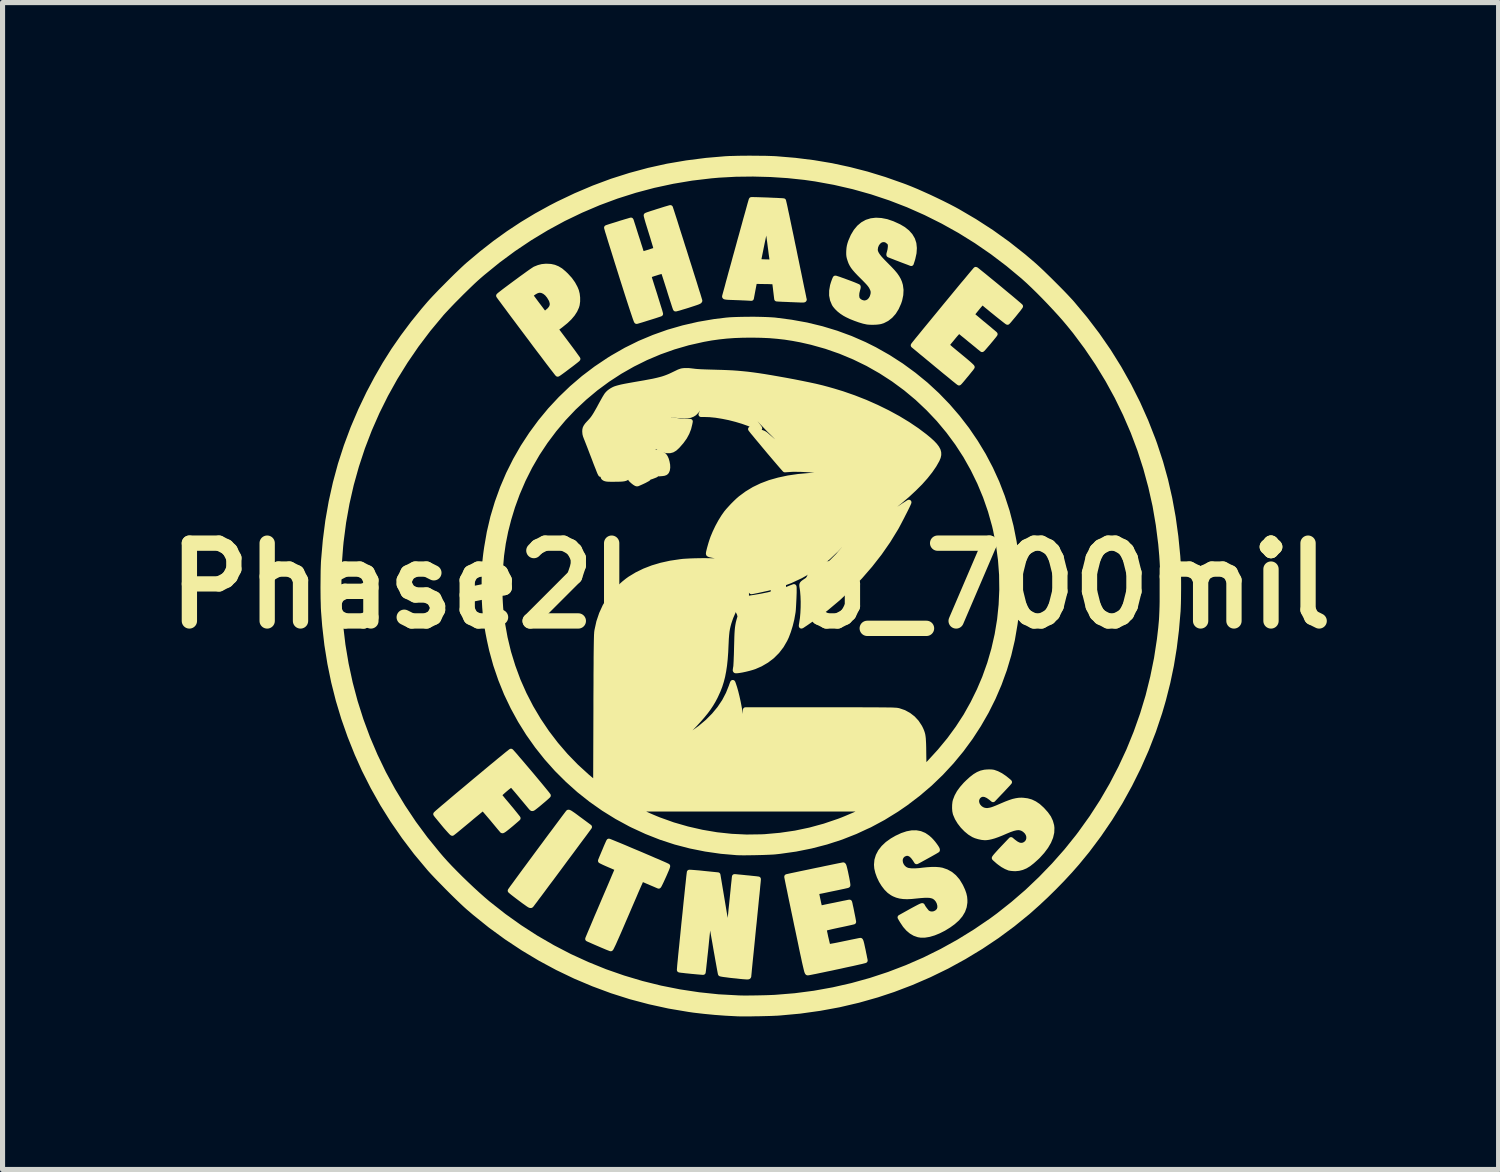
<source format=kicad_pcb>
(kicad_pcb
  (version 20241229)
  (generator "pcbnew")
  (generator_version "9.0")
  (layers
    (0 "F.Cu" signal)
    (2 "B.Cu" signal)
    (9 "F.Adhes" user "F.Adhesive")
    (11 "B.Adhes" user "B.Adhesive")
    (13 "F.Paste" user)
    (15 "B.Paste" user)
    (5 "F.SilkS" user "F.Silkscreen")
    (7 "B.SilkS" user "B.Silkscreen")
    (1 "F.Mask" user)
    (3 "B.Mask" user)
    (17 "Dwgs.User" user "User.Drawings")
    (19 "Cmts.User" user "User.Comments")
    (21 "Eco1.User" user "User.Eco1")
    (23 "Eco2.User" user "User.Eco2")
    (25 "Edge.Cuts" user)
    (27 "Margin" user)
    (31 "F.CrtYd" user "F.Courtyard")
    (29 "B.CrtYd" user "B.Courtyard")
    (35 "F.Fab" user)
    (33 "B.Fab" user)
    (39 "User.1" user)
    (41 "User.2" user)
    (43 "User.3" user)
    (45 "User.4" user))
  (footprint "Phase2Logo_700mil"
    (layer "F.Cu")
    (at 11.655 8.426)
    (property "Reference" "Phase2Logo_700mil" (at 0 0 0) (layer "F.SilkS") (effects (font (size 1.524 1.524) (thickness 0.3))))
    (attr through_hole)
    (fp_poly (pts (xy -1.852 -2.174) (xy -1.863 -2.168) (xy -1.885 -2.159) (xy -1.911 -2.149) (xy -1.937 -2.139) (xy -1.955 -2.133) (xy -1.96 -2.132) (xy -1.97 -2.138) (xy -1.985 -2.154) (xy -1.992 -2.161) (xy -2.021 -2.204) (xy -2.038 -2.247) (xy -2.041 -2.274) (xy -2.036 -2.293) (xy -2.021 -2.316) (xy -1.992 -2.346) (xy -1.991 -2.347) (xy -1.966 -2.37) (xy -1.946 -2.387) (xy -1.933 -2.395) (xy -1.932 -2.395) (xy -1.927 -2.387) (xy -1.924 -2.365) (xy -1.923 -2.345) (xy -1.917 -2.289) (xy -1.899 -2.242) (xy -1.873 -2.206) (xy -1.859 -2.188) (xy -1.852 -2.176) (xy -1.852 -2.174)) (stroke (width 0.1) (type solid)) (fill yes) (layer "F.SilkS"))
    (fp_poly (pts (xy -1.182 -3.219) (xy -1.19 -3.177) (xy -1.213 -3.083) (xy -1.247 -2.996) (xy -1.293 -2.911) (xy -1.354 -2.826) (xy -1.43 -2.739) (xy -1.437 -2.732) (xy -1.485 -2.688) (xy -1.532 -2.66) (xy -1.581 -2.647) (xy -1.636 -2.647) (xy -1.651 -2.649) (xy -1.681 -2.656) (xy -1.717 -2.668) (xy -1.755 -2.682) (xy -1.789 -2.697) (xy -1.814 -2.711) (xy -1.821 -2.716) (xy -1.826 -2.725) (xy -1.825 -2.74) (xy -1.817 -2.764) (xy -1.803 -2.799) (xy -1.788 -2.834) (xy -1.777 -2.855) (xy -1.766 -2.868) (xy -1.753 -2.874) (xy -1.734 -2.878) (xy -1.699 -2.892) (xy -1.659 -2.92) (xy -1.619 -2.958) (xy -1.582 -3.002) (xy -1.552 -3.05) (xy -1.547 -3.059) (xy -1.525 -3.113) (xy -1.515 -3.164) (xy -1.517 -3.207) (xy -1.525 -3.231) (xy -1.531 -3.246) (xy -1.532 -3.252) (xy -1.522 -3.251) (xy -1.499 -3.247) (xy -1.467 -3.241) (xy -1.451 -3.237) (xy -1.381 -3.226) (xy -1.302 -3.22) (xy -1.278 -3.22) (xy -1.182 -3.219)) (stroke (width 0.1) (type solid)) (fill yes) (layer "F.SilkS"))
    (fp_poly (pts (xy -3.157 4.726) (xy -3.259 4.865) (xy -3.392 5.043) (xy -3.513 5.207) (xy -3.625 5.357) (xy -3.726 5.494) (xy -3.818 5.618) (xy -3.901 5.73) (xy -3.976 5.829) (xy -4.041 5.917) (xy -4.098 5.994) (xy -4.148 6.061) (xy -4.19 6.116) (xy -4.224 6.163) (xy -4.252 6.199) (xy -4.273 6.227) (xy -4.287 6.246) (xy -4.296 6.257) (xy -4.299 6.26) (xy -4.304 6.264) (xy -4.312 6.264) (xy -4.323 6.261) (xy -4.339 6.252) (xy -4.363 6.236) (xy -4.395 6.213) (xy -4.439 6.182) (xy -4.494 6.141) (xy -4.51 6.129) (xy -4.562 6.09) (xy -4.609 6.054) (xy -4.649 6.023) (xy -4.68 5.998) (xy -4.7 5.981) (xy -4.708 5.974) (xy -4.708 5.974) (xy -4.702 5.965) (xy -4.687 5.944) (xy -4.663 5.91) (xy -4.63 5.866) (xy -4.59 5.811) (xy -4.544 5.748) (xy -4.492 5.677) (xy -4.435 5.599) (xy -4.374 5.517) (xy -4.31 5.43) (xy -4.244 5.341) (xy -4.177 5.25) (xy -4.109 5.158) (xy -4.041 5.067) (xy -3.975 4.977) (xy -3.911 4.891) (xy -3.849 4.809) (xy -3.792 4.732) (xy -3.739 4.661) (xy -3.692 4.598) (xy -3.652 4.544) (xy -3.618 4.499) (xy -3.593 4.466) (xy -3.577 4.445) (xy -3.571 4.438) (xy -3.565 4.437) (xy -3.553 4.441) (xy -3.534 4.451) (xy -3.507 4.469) (xy -3.469 4.495) (xy -3.42 4.531) (xy -3.359 4.577) (xy -3.358 4.577) (xy -3.157 4.726)) (stroke (width 0.1) (type solid)) (fill yes) (layer "F.SilkS"))
    (fp_poly (pts (xy -1.624 -2.316) (xy -1.63 -2.272) (xy -1.632 -2.266) (xy -1.646 -2.234) (xy -1.667 -2.214) (xy -1.698 -2.203) (xy -1.735 -2.198) (xy -1.793 -2.193) (xy -1.83 -2.235) (xy -1.864 -2.284) (xy -1.894 -2.347) (xy -1.908 -2.388) (xy -1.921 -2.401) (xy -1.946 -2.402) (xy -1.984 -2.39) (xy -2.001 -2.382) (xy -2.047 -2.353) (xy -2.077 -2.317) (xy -2.09 -2.275) (xy -2.086 -2.229) (xy -2.066 -2.182) (xy -2.039 -2.145) (xy -2.02 -2.123) (xy -2.008 -2.107) (xy -2.006 -2.101) (xy -2.019 -2.092) (xy -2.045 -2.078) (xy -2.078 -2.06) (xy -2.116 -2.042) (xy -2.153 -2.025) (xy -2.187 -2.01) (xy -2.212 -1.999) (xy -2.225 -1.996) (xy -2.243 -2.002) (xy -2.268 -2.017) (xy -2.298 -2.04) (xy -2.3 -2.042) (xy -2.325 -2.064) (xy -2.344 -2.083) (xy -2.352 -2.094) (xy -2.352 -2.095) (xy -2.347 -2.105) (xy -2.335 -2.127) (xy -2.319 -2.155) (xy -2.319 -2.155) (xy -2.301 -2.189) (xy -2.285 -2.222) (xy -2.276 -2.243) (xy -2.265 -2.267) (xy -2.249 -2.28) (xy -2.227 -2.287) (xy -2.184 -2.299) (xy -2.154 -2.309) (xy -2.132 -2.321) (xy -2.114 -2.335) (xy -2.107 -2.343) (xy -2.084 -2.372) (xy -2.06 -2.416) (xy -2.034 -2.471) (xy -2.011 -2.531) (xy -2.001 -2.554) (xy -1.99 -2.568) (xy -1.972 -2.58) (xy -1.942 -2.593) (xy -1.939 -2.594) (xy -1.903 -2.605) (xy -1.868 -2.613) (xy -1.846 -2.615) (xy -1.805 -2.609) (xy -1.76 -2.593) (xy -1.718 -2.57) (xy -1.694 -2.551) (xy -1.671 -2.519) (xy -1.651 -2.475) (xy -1.636 -2.422) (xy -1.626 -2.368) (xy -1.624 -2.316)) (stroke (width 0.1) (type solid)) (fill yes) (layer "F.SilkS"))
    (fp_poly (pts (xy 0.853 0.087) (xy 0.853 0.134) (xy 0.851 0.187) (xy 0.849 0.245) (xy 0.846 0.305) (xy 0.843 0.364) (xy 0.84 0.418) (xy 0.837 0.466) (xy 0.833 0.505) (xy 0.83 0.526) (xy 0.808 0.651) (xy 0.778 0.773) (xy 0.742 0.89) (xy 0.702 0.995) (xy 0.673 1.057) (xy 0.604 1.176) (xy 0.521 1.284) (xy 0.424 1.381) (xy 0.315 1.464) (xy 0.195 1.534) (xy 0.076 1.586) (xy 0.027 1.602) (xy -0.033 1.619) (xy -0.098 1.635) (xy -0.163 1.649) (xy -0.22 1.659) (xy -0.252 1.663) (xy -0.28 1.665) (xy -0.294 1.664) (xy -0.299 1.657) (xy -0.299 1.653) (xy -0.297 1.636) (xy -0.293 1.608) (xy -0.289 1.587) (xy -0.287 1.567) (xy -0.285 1.531) (xy -0.282 1.481) (xy -0.28 1.421) (xy -0.277 1.352) (xy -0.275 1.276) (xy -0.273 1.197) (xy -0.273 1.193) (xy -0.27 1.093) (xy -0.268 1.009) (xy -0.265 0.938) (xy -0.261 0.877) (xy -0.256 0.824) (xy -0.249 0.777) (xy -0.241 0.733) (xy -0.23 0.689) (xy -0.217 0.643) (xy -0.201 0.592) (xy -0.186 0.549) (xy -0.166 0.492) (xy -0.144 0.434) (xy -0.121 0.379) (xy -0.1 0.33) (xy -0.08 0.291) (xy -0.065 0.265) (xy -0.062 0.261) (xy -0.051 0.254) (xy -0.03 0.246) (xy 0.005 0.239) (xy 0.055 0.231) (xy 0.082 0.227) (xy 0.216 0.204) (xy 0.353 0.176) (xy 0.487 0.142) (xy 0.615 0.104) (xy 0.731 0.064) (xy 0.765 0.05) (xy 0.8 0.036) (xy 0.828 0.026) (xy 0.846 0.019) (xy 0.85 0.018) (xy 0.852 0.027) (xy 0.853 0.051) (xy 0.853 0.087)) (stroke (width 0.1) (type solid)) (fill yes) (layer "F.SilkS"))
    (fp_poly (pts (xy -3.384 -4.444) (xy -3.391 -4.436) (xy -3.41 -4.42) (xy -3.439 -4.397) (xy -3.476 -4.368) (xy -3.519 -4.335) (xy -3.565 -4.301) (xy -3.611 -4.266) (xy -3.656 -4.232) (xy -3.697 -4.202) (xy -3.733 -4.176) (xy -3.759 -4.158) (xy -3.776 -4.147) (xy -3.779 -4.146) (xy -3.786 -4.153) (xy -3.802 -4.173) (xy -3.828 -4.207) (xy -3.863 -4.252) (xy -3.885 -4.28) (xy -3.885 -5.54) (xy -3.9 -5.592) (xy -3.908 -5.609) (xy -3.946 -5.673) (xy -3.989 -5.725) (xy -4.037 -5.763) (xy -4.086 -5.785) (xy -4.127 -5.791) (xy -4.161 -5.787) (xy -4.196 -5.775) (xy -4.236 -5.753) (xy -4.274 -5.726) (xy -4.316 -5.694) (xy -4.179 -5.51) (xy -4.141 -5.46) (xy -4.107 -5.415) (xy -4.079 -5.377) (xy -4.056 -5.348) (xy -4.042 -5.33) (xy -4.038 -5.325) (xy -4.029 -5.33) (xy -4.01 -5.343) (xy -3.986 -5.361) (xy -3.935 -5.405) (xy -3.902 -5.449) (xy -3.885 -5.493) (xy -3.885 -5.54) (xy -3.885 -4.28) (xy -3.906 -4.308) (xy -3.956 -4.373) (xy -4.012 -4.447) (xy -4.074 -4.53) (xy -4.142 -4.619) (xy -4.214 -4.714) (xy -4.289 -4.815) (xy -4.361 -4.911) (xy -4.439 -5.015) (xy -4.514 -5.115) (xy -4.585 -5.21) (xy -4.652 -5.299) (xy -4.713 -5.381) (xy -4.768 -5.456) (xy -4.817 -5.521) (xy -4.858 -5.577) (xy -4.891 -5.621) (xy -4.916 -5.655) (xy -4.93 -5.675) (xy -4.935 -5.682) (xy -4.928 -5.689) (xy -4.908 -5.706) (xy -4.876 -5.731) (xy -4.835 -5.763) (xy -4.786 -5.8) (xy -4.731 -5.841) (xy -4.672 -5.885) (xy -4.61 -5.931) (xy -4.547 -5.977) (xy -4.485 -6.023) (xy -4.425 -6.066) (xy -4.37 -6.106) (xy -4.321 -6.141) (xy -4.279 -6.17) (xy -4.247 -6.191) (xy -4.226 -6.205) (xy -4.221 -6.207) (xy -4.151 -6.235) (xy -4.085 -6.252) (xy -4.015 -6.259) (xy -3.991 -6.259) (xy -3.916 -6.255) (xy -3.848 -6.24) (xy -3.784 -6.214) (xy -3.721 -6.176) (xy -3.657 -6.122) (xy -3.615 -6.082) (xy -3.54 -6) (xy -3.481 -5.917) (xy -3.435 -5.832) (xy -3.413 -5.778) (xy -3.397 -5.714) (xy -3.389 -5.644) (xy -3.389 -5.572) (xy -3.398 -5.505) (xy -3.409 -5.467) (xy -3.442 -5.394) (xy -3.488 -5.323) (xy -3.547 -5.253) (xy -3.621 -5.182) (xy -3.711 -5.109) (xy -3.721 -5.101) (xy -3.817 -5.029) (xy -3.6 -4.74) (xy -3.553 -4.677) (xy -3.509 -4.618) (xy -3.47 -4.565) (xy -3.437 -4.519) (xy -3.411 -4.483) (xy -3.393 -4.458) (xy -3.384 -4.445) (xy -3.384 -4.444)) (stroke (width 0.1) (type solid)) (fill yes) (layer "F.SilkS"))
    (fp_poly (pts (xy -1.625 5.493) (xy -1.627 5.503) (xy -1.635 5.526) (xy -1.648 5.56) (xy -1.666 5.601) (xy -1.686 5.648) (xy -1.708 5.697) (xy -1.73 5.745) (xy -1.751 5.791) (xy -1.77 5.83) (xy -1.785 5.86) (xy -1.796 5.879) (xy -1.8 5.884) (xy -1.811 5.879) (xy -1.836 5.869) (xy -1.872 5.853) (xy -1.917 5.834) (xy -1.967 5.813) (xy -1.97 5.811) (xy -2.02 5.79) (xy -2.064 5.771) (xy -2.1 5.756) (xy -2.124 5.746) (xy -2.135 5.742) (xy -2.135 5.742) (xy -2.139 5.75) (xy -2.15 5.774) (xy -2.166 5.812) (xy -2.189 5.863) (xy -2.216 5.925) (xy -2.248 5.998) (xy -2.283 6.081) (xy -2.322 6.171) (xy -2.364 6.268) (xy -2.408 6.371) (xy -2.432 6.427) (xy -2.491 6.563) (xy -2.542 6.682) (xy -2.587 6.786) (xy -2.626 6.874) (xy -2.659 6.948) (xy -2.685 7.007) (xy -2.707 7.052) (xy -2.723 7.085) (xy -2.733 7.104) (xy -2.739 7.111) (xy -2.74 7.111) (xy -2.751 7.107) (xy -2.777 7.097) (xy -2.815 7.082) (xy -2.862 7.062) (xy -2.917 7.039) (xy -2.97 7.016) (xy -3.028 6.991) (xy -3.081 6.968) (xy -3.125 6.948) (xy -3.16 6.933) (xy -3.182 6.923) (xy -3.19 6.919) (xy -3.187 6.91) (xy -3.177 6.886) (xy -3.161 6.848) (xy -3.14 6.797) (xy -3.113 6.734) (xy -3.082 6.661) (xy -3.047 6.578) (xy -3.009 6.487) (xy -2.967 6.39) (xy -2.923 6.287) (xy -2.898 6.228) (xy -2.853 6.122) (xy -2.81 6.022) (xy -2.769 5.927) (xy -2.732 5.84) (xy -2.699 5.762) (xy -2.67 5.693) (xy -2.645 5.635) (xy -2.626 5.59) (xy -2.613 5.558) (xy -2.606 5.541) (xy -2.606 5.538) (xy -2.614 5.534) (xy -2.637 5.525) (xy -2.672 5.51) (xy -2.715 5.491) (xy -2.765 5.47) (xy -2.774 5.466) (xy -2.824 5.444) (xy -2.869 5.424) (xy -2.904 5.407) (xy -2.928 5.395) (xy -2.939 5.389) (xy -2.939 5.388) (xy -2.936 5.378) (xy -2.926 5.354) (xy -2.912 5.319) (xy -2.894 5.277) (xy -2.874 5.229) (xy -2.853 5.18) (xy -2.833 5.131) (xy -2.814 5.087) (xy -2.797 5.049) (xy -2.785 5.022) (xy -2.777 5.007) (xy -2.776 5.005) (xy -2.767 5.008) (xy -2.744 5.017) (xy -2.707 5.032) (xy -2.658 5.052) (xy -2.599 5.076) (xy -2.531 5.104) (xy -2.457 5.135) (xy -2.378 5.169) (xy -2.295 5.204) (xy -2.211 5.239) (xy -2.126 5.275) (xy -2.042 5.311) (xy -1.962 5.345) (xy -1.887 5.378) (xy -1.817 5.407) (xy -1.756 5.434) (xy -1.705 5.456) (xy -1.665 5.474) (xy -1.638 5.487) (xy -1.625 5.493) (xy -1.625 5.493)) (stroke (width 0.1) (type solid)) (fill yes) (layer "F.SilkS"))
    (fp_poly (pts (xy 4.198 6.158) (xy 4.198 6.205) (xy 4.185 6.289) (xy 4.156 6.37) (xy 4.11 6.447) (xy 4.048 6.521) (xy 3.968 6.592) (xy 3.884 6.653) (xy 3.785 6.714) (xy 3.686 6.764) (xy 3.591 6.803) (xy 3.5 6.83) (xy 3.415 6.844) (xy 3.339 6.845) (xy 3.288 6.837) (xy 3.216 6.812) (xy 3.15 6.773) (xy 3.088 6.721) (xy 3.029 6.654) (xy 2.973 6.57) (xy 2.954 6.539) (xy 2.93 6.497) (xy 3.145 6.377) (xy 3.209 6.342) (xy 3.264 6.313) (xy 3.308 6.29) (xy 3.34 6.275) (xy 3.359 6.268) (xy 3.364 6.268) (xy 3.374 6.287) (xy 3.391 6.315) (xy 3.414 6.346) (xy 3.437 6.375) (xy 3.456 6.398) (xy 3.466 6.407) (xy 3.508 6.427) (xy 3.556 6.433) (xy 3.603 6.425) (xy 3.647 6.404) (xy 3.682 6.372) (xy 3.697 6.35) (xy 3.71 6.306) (xy 3.708 6.258) (xy 3.695 6.208) (xy 3.671 6.161) (xy 3.637 6.12) (xy 3.597 6.09) (xy 3.587 6.086) (xy 3.553 6.074) (xy 3.513 6.066) (xy 3.465 6.063) (xy 3.407 6.064) (xy 3.335 6.069) (xy 3.253 6.077) (xy 3.153 6.087) (xy 3.067 6.091) (xy 2.993 6.088) (xy 2.928 6.079) (xy 2.868 6.063) (xy 2.812 6.04) (xy 2.777 6.021) (xy 2.718 5.979) (xy 2.661 5.922) (xy 2.608 5.853) (xy 2.561 5.777) (xy 2.522 5.695) (xy 2.492 5.612) (xy 2.473 5.531) (xy 2.468 5.465) (xy 2.476 5.376) (xy 2.502 5.291) (xy 2.545 5.209) (xy 2.605 5.132) (xy 2.681 5.06) (xy 2.773 4.994) (xy 2.863 4.942) (xy 2.97 4.892) (xy 3.069 4.859) (xy 3.16 4.842) (xy 3.245 4.841) (xy 3.325 4.856) (xy 3.4 4.887) (xy 3.47 4.935) (xy 3.515 4.975) (xy 3.546 5.008) (xy 3.577 5.044) (xy 3.605 5.081) (xy 3.63 5.116) (xy 3.649 5.146) (xy 3.659 5.168) (xy 3.659 5.18) (xy 3.659 5.18) (xy 3.649 5.186) (xy 3.626 5.2) (xy 3.593 5.219) (xy 3.552 5.242) (xy 3.506 5.268) (xy 3.457 5.295) (xy 3.408 5.322) (xy 3.362 5.347) (xy 3.321 5.37) (xy 3.287 5.388) (xy 3.264 5.4) (xy 3.253 5.405) (xy 3.253 5.405) (xy 3.247 5.396) (xy 3.235 5.377) (xy 3.222 5.356) (xy 3.181 5.301) (xy 3.139 5.263) (xy 3.095 5.243) (xy 3.05 5.241) (xy 3.005 5.258) (xy 2.985 5.27) (xy 2.953 5.303) (xy 2.935 5.343) (xy 2.93 5.387) (xy 2.937 5.433) (xy 2.955 5.478) (xy 2.984 5.518) (xy 3.021 5.551) (xy 3.066 5.573) (xy 3.086 5.578) (xy 3.146 5.586) (xy 3.221 5.587) (xy 3.311 5.581) (xy 3.375 5.573) (xy 3.464 5.564) (xy 3.55 5.559) (xy 3.628 5.559) (xy 3.696 5.564) (xy 3.747 5.573) (xy 3.837 5.604) (xy 3.918 5.649) (xy 3.989 5.708) (xy 4.053 5.782) (xy 4.108 5.872) (xy 4.122 5.899) (xy 4.156 5.973) (xy 4.179 6.038) (xy 4.193 6.098) (xy 4.198 6.158)) (stroke (width 0.1) (type solid)) (fill yes) (layer "F.SilkS"))
    (fp_poly (pts (xy 5.903 4.744) (xy 5.9 4.832) (xy 5.879 4.922) (xy 5.841 5.014) (xy 5.786 5.108) (xy 5.714 5.204) (xy 5.626 5.301) (xy 5.596 5.329) (xy 5.519 5.398) (xy 5.449 5.453) (xy 5.383 5.493) (xy 5.318 5.52) (xy 5.254 5.536) (xy 5.187 5.542) (xy 5.18 5.542) (xy 5.139 5.54) (xy 5.1 5.536) (xy 5.07 5.531) (xy 5.066 5.53) (xy 5.006 5.505) (xy 4.941 5.469) (xy 4.877 5.423) (xy 4.849 5.401) (xy 4.82 5.375) (xy 4.796 5.354) (xy 4.78 5.339) (xy 4.776 5.334) (xy 4.781 5.325) (xy 4.796 5.305) (xy 4.821 5.276) (xy 4.854 5.239) (xy 4.893 5.196) (xy 4.936 5.15) (xy 5.103 4.975) (xy 5.148 5.013) (xy 5.202 5.053) (xy 5.25 5.078) (xy 5.294 5.088) (xy 5.337 5.084) (xy 5.371 5.071) (xy 5.412 5.041) (xy 5.439 5.002) (xy 5.452 4.958) (xy 5.452 4.91) (xy 5.438 4.863) (xy 5.409 4.818) (xy 5.368 4.78) (xy 5.33 4.757) (xy 5.291 4.743) (xy 5.249 4.737) (xy 5.201 4.742) (xy 5.145 4.755) (xy 5.078 4.778) (xy 5.003 4.809) (xy 4.913 4.848) (xy 4.837 4.878) (xy 4.772 4.901) (xy 4.716 4.917) (xy 4.666 4.928) (xy 4.621 4.934) (xy 4.587 4.935) (xy 4.533 4.93) (xy 4.472 4.917) (xy 4.412 4.899) (xy 4.368 4.88) (xy 4.295 4.835) (xy 4.224 4.776) (xy 4.157 4.707) (xy 4.098 4.631) (xy 4.05 4.552) (xy 4.016 4.473) (xy 4.012 4.461) (xy 4.002 4.413) (xy 3.998 4.356) (xy 3.999 4.296) (xy 4.005 4.241) (xy 4.012 4.211) (xy 4.043 4.13) (xy 4.086 4.051) (xy 4.143 3.973) (xy 4.214 3.892) (xy 4.256 3.851) (xy 4.328 3.785) (xy 4.395 3.733) (xy 4.458 3.695) (xy 4.52 3.669) (xy 4.584 3.654) (xy 4.638 3.649) (xy 4.684 3.648) (xy 4.727 3.65) (xy 4.76 3.655) (xy 4.828 3.679) (xy 4.902 3.717) (xy 4.977 3.768) (xy 5.039 3.818) (xy 5.072 3.847) (xy 5.043 3.881) (xy 5.028 3.897) (xy 5.002 3.925) (xy 4.969 3.96) (xy 4.931 4.001) (xy 4.89 4.044) (xy 4.882 4.052) (xy 4.751 4.19) (xy 4.709 4.155) (xy 4.653 4.115) (xy 4.6 4.091) (xy 4.551 4.083) (xy 4.508 4.093) (xy 4.47 4.119) (xy 4.45 4.143) (xy 4.43 4.186) (xy 4.427 4.231) (xy 4.437 4.276) (xy 4.459 4.317) (xy 4.491 4.353) (xy 4.532 4.382) (xy 4.579 4.4) (xy 4.63 4.406) (xy 4.653 4.404) (xy 4.683 4.399) (xy 4.711 4.393) (xy 4.742 4.384) (xy 4.778 4.371) (xy 4.821 4.354) (xy 4.877 4.33) (xy 4.921 4.311) (xy 5.008 4.274) (xy 5.082 4.246) (xy 5.146 4.225) (xy 5.203 4.212) (xy 5.255 4.204) (xy 5.306 4.202) (xy 5.334 4.203) (xy 5.417 4.213) (xy 5.493 4.234) (xy 5.564 4.268) (xy 5.634 4.315) (xy 5.705 4.379) (xy 5.716 4.39) (xy 5.786 4.468) (xy 5.84 4.544) (xy 5.876 4.621) (xy 5.898 4.7) (xy 5.903 4.744)) (stroke (width 0.1) (type solid)) (fill yes) (layer "F.SilkS"))
    (fp_poly (pts (xy 1.051 -5.607) (xy 1.049 -5.603) (xy 1.043 -5.6) (xy 1.031 -5.599) (xy 1.011 -5.599) (xy 0.98 -5.599) (xy 0.938 -5.601) (xy 0.882 -5.603) (xy 0.811 -5.606) (xy 0.776 -5.607) (xy 0.717 -5.61) (xy 0.662 -5.612) (xy 0.614 -5.614) (xy 0.577 -5.616) (xy 0.554 -5.617) (xy 0.553 -5.617) (xy 0.513 -5.62) (xy 0.493 -5.785) (xy 0.487 -5.838) (xy 0.481 -5.884) (xy 0.477 -5.921) (xy 0.473 -5.945) (xy 0.471 -5.954) (xy 0.461 -5.956) (xy 0.436 -5.957) (xy 0.429 -5.957) (xy 0.429 -6.341) (xy 0.424 -6.366) (xy 0.422 -6.38) (xy 0.418 -6.41) (xy 0.412 -6.454) (xy 0.404 -6.51) (xy 0.396 -6.576) (xy 0.386 -6.65) (xy 0.376 -6.729) (xy 0.371 -6.765) (xy 0.36 -6.845) (xy 0.35 -6.919) (xy 0.341 -6.986) (xy 0.333 -7.043) (xy 0.326 -7.088) (xy 0.321 -7.12) (xy 0.318 -7.137) (xy 0.318 -7.139) (xy 0.315 -7.131) (xy 0.309 -7.106) (xy 0.301 -7.068) (xy 0.29 -7.017) (xy 0.277 -6.956) (xy 0.262 -6.886) (xy 0.246 -6.81) (xy 0.229 -6.73) (xy 0.212 -6.646) (xy 0.195 -6.562) (xy 0.178 -6.478) (xy 0.162 -6.398) (xy 0.156 -6.371) (xy 0.156 -6.363) (xy 0.159 -6.358) (xy 0.167 -6.353) (xy 0.184 -6.35) (xy 0.21 -6.348) (xy 0.248 -6.346) (xy 0.301 -6.344) (xy 0.357 -6.343) (xy 0.429 -6.341) (xy 0.429 -5.957) (xy 0.398 -5.958) (xy 0.35 -5.96) (xy 0.294 -5.961) (xy 0.272 -5.961) (xy 0.078 -5.964) (xy 0.046 -5.798) (xy 0.015 -5.632) (xy -0.072 -5.637) (xy -0.11 -5.639) (xy -0.161 -5.641) (xy -0.221 -5.644) (xy -0.283 -5.646) (xy -0.333 -5.648) (xy -0.395 -5.65) (xy -0.441 -5.652) (xy -0.473 -5.655) (xy -0.493 -5.658) (xy -0.504 -5.661) (xy -0.508 -5.666) (xy -0.508 -5.667) (xy -0.506 -5.677) (xy -0.499 -5.703) (xy -0.488 -5.743) (xy -0.473 -5.797) (xy -0.455 -5.863) (xy -0.435 -5.94) (xy -0.411 -6.026) (xy -0.386 -6.119) (xy -0.358 -6.219) (xy -0.329 -6.324) (xy -0.3 -6.432) (xy -0.269 -6.543) (xy -0.238 -6.655) (xy -0.208 -6.766) (xy -0.177 -6.876) (xy -0.148 -6.982) (xy -0.12 -7.083) (xy -0.094 -7.179) (xy -0.069 -7.267) (xy -0.047 -7.346) (xy -0.028 -7.415) (xy -0.012 -7.473) (xy 0.001 -7.518) (xy 0.01 -7.548) (xy 0.014 -7.563) (xy 0.015 -7.564) (xy 0.024 -7.565) (xy 0.049 -7.565) (xy 0.087 -7.564) (xy 0.136 -7.563) (xy 0.193 -7.561) (xy 0.255 -7.559) (xy 0.32 -7.557) (xy 0.385 -7.554) (xy 0.449 -7.551) (xy 0.507 -7.549) (xy 0.559 -7.546) (xy 0.601 -7.544) (xy 0.63 -7.542) (xy 0.645 -7.54) (xy 0.646 -7.54) (xy 0.648 -7.53) (xy 0.654 -7.504) (xy 0.664 -7.462) (xy 0.676 -7.407) (xy 0.69 -7.338) (xy 0.708 -7.257) (xy 0.727 -7.165) (xy 0.748 -7.064) (xy 0.771 -6.954) (xy 0.796 -6.837) (xy 0.821 -6.713) (xy 0.848 -6.586) (xy 0.874 -6.457) (xy 0.9 -6.333) (xy 0.924 -6.215) (xy 0.947 -6.105) (xy 0.968 -6.002) (xy 0.987 -5.909) (xy 1.004 -5.827) (xy 1.019 -5.757) (xy 1.031 -5.699) (xy 1.04 -5.656) (xy 1.045 -5.628) (xy 1.048 -5.617) (xy 1.05 -5.611) (xy 1.051 -5.607)) (stroke (width 0.1) (type solid)) (fill yes) (layer "F.SilkS"))
    (fp_poly (pts (xy -3.964 4.11) (xy -3.971 4.117) (xy -3.99 4.135) (xy -4.018 4.16) (xy -4.055 4.192) (xy -4.098 4.228) (xy -4.119 4.246) (xy -4.169 4.288) (xy -4.208 4.319) (xy -4.236 4.341) (xy -4.256 4.356) (xy -4.269 4.363) (xy -4.278 4.365) (xy -4.285 4.363) (xy -4.29 4.358) (xy -4.3 4.347) (xy -4.32 4.324) (xy -4.348 4.29) (xy -4.383 4.248) (xy -4.423 4.2) (xy -4.468 4.147) (xy -4.489 4.121) (xy -4.534 4.067) (xy -4.576 4.017) (xy -4.613 3.974) (xy -4.643 3.939) (xy -4.666 3.913) (xy -4.679 3.898) (xy -4.681 3.896) (xy -4.691 3.899) (xy -4.712 3.912) (xy -4.74 3.933) (xy -4.773 3.959) (xy -4.809 3.989) (xy -4.844 4.019) (xy -4.876 4.048) (xy -4.902 4.073) (xy -4.92 4.092) (xy -4.927 4.103) (xy -4.927 4.104) (xy -4.919 4.113) (xy -4.901 4.134) (xy -4.874 4.166) (xy -4.841 4.207) (xy -4.801 4.254) (xy -4.757 4.306) (xy -4.736 4.332) (xy -4.691 4.385) (xy -4.651 4.435) (xy -4.616 4.478) (xy -4.588 4.513) (xy -4.568 4.538) (xy -4.557 4.553) (xy -4.556 4.555) (xy -4.564 4.562) (xy -4.583 4.579) (xy -4.612 4.604) (xy -4.649 4.636) (xy -4.691 4.672) (xy -4.707 4.685) (xy -4.758 4.727) (xy -4.797 4.758) (xy -4.826 4.78) (xy -4.846 4.793) (xy -4.859 4.799) (xy -4.866 4.798) (xy -4.867 4.797) (xy -4.875 4.787) (xy -4.894 4.765) (xy -4.921 4.733) (xy -4.955 4.692) (xy -4.994 4.645) (xy -5.038 4.592) (xy -5.057 4.569) (xy -5.102 4.516) (xy -5.143 4.468) (xy -5.179 4.426) (xy -5.208 4.393) (xy -5.23 4.369) (xy -5.242 4.357) (xy -5.244 4.356) (xy -5.253 4.362) (xy -5.273 4.379) (xy -5.305 4.405) (xy -5.346 4.439) (xy -5.395 4.479) (xy -5.451 4.525) (xy -5.511 4.576) (xy -5.542 4.602) (xy -5.605 4.654) (xy -5.663 4.702) (xy -5.716 4.746) (xy -5.762 4.784) (xy -5.799 4.814) (xy -5.826 4.835) (xy -5.841 4.847) (xy -5.844 4.849) (xy -5.853 4.843) (xy -5.871 4.825) (xy -5.898 4.796) (xy -5.931 4.759) (xy -5.97 4.715) (xy -6.01 4.667) (xy -6.051 4.617) (xy -6.088 4.572) (xy -6.12 4.533) (xy -6.145 4.503) (xy -6.161 4.482) (xy -6.167 4.474) (xy -6.16 4.467) (xy -6.141 4.449) (xy -6.11 4.422) (xy -6.068 4.386) (xy -6.017 4.342) (xy -5.957 4.292) (xy -5.89 4.235) (xy -5.817 4.173) (xy -5.739 4.107) (xy -5.656 4.038) (xy -5.571 3.967) (xy -5.484 3.894) (xy -5.396 3.82) (xy -5.309 3.748) (xy -5.223 3.676) (xy -5.14 3.607) (xy -5.061 3.541) (xy -4.986 3.48) (xy -4.918 3.423) (xy -4.856 3.373) (xy -4.803 3.329) (xy -4.759 3.293) (xy -4.725 3.267) (xy -4.703 3.249) (xy -4.694 3.243) (xy -4.694 3.243) (xy -4.686 3.25) (xy -4.669 3.269) (xy -4.642 3.299) (xy -4.607 3.339) (xy -4.566 3.388) (xy -4.519 3.442) (xy -4.467 3.503) (xy -4.413 3.567) (xy -4.357 3.633) (xy -4.3 3.7) (xy -4.244 3.767) (xy -4.19 3.832) (xy -4.139 3.893) (xy -4.092 3.95) (xy -4.051 4) (xy -4.016 4.043) (xy -3.989 4.076) (xy -3.972 4.099) (xy -3.964 4.109) (xy -3.964 4.11)) (stroke (width 0.1) (type solid)) (fill yes) (layer "F.SilkS"))
    (fp_poly (pts (xy 3.208 -6.616) (xy 3.202 -6.52) (xy 3.179 -6.416) (xy 3.17 -6.385) (xy 3.147 -6.314) (xy 3.091 -6.336) (xy 3.032 -6.358) (xy 2.971 -6.381) (xy 2.912 -6.404) (xy 2.856 -6.425) (xy 2.806 -6.445) (xy 2.764 -6.461) (xy 2.732 -6.474) (xy 2.714 -6.481) (xy 2.711 -6.483) (xy 2.71 -6.492) (xy 2.715 -6.514) (xy 2.722 -6.538) (xy 2.733 -6.584) (xy 2.739 -6.634) (xy 2.74 -6.647) (xy 2.739 -6.68) (xy 2.735 -6.701) (xy 2.726 -6.718) (xy 2.708 -6.738) (xy 2.705 -6.74) (xy 2.664 -6.771) (xy 2.619 -6.784) (xy 2.572 -6.779) (xy 2.543 -6.768) (xy 2.502 -6.736) (xy 2.47 -6.692) (xy 2.449 -6.64) (xy 2.442 -6.586) (xy 2.444 -6.562) (xy 2.453 -6.531) (xy 2.47 -6.496) (xy 2.496 -6.457) (xy 2.533 -6.411) (xy 2.583 -6.357) (xy 2.645 -6.294) (xy 2.657 -6.282) (xy 2.728 -6.21) (xy 2.786 -6.148) (xy 2.833 -6.092) (xy 2.869 -6.04) (xy 2.897 -5.991) (xy 2.918 -5.942) (xy 2.933 -5.891) (xy 2.935 -5.885) (xy 2.947 -5.795) (xy 2.942 -5.699) (xy 2.921 -5.599) (xy 2.902 -5.543) (xy 2.857 -5.443) (xy 2.804 -5.358) (xy 2.741 -5.287) (xy 2.67 -5.231) (xy 2.592 -5.191) (xy 2.544 -5.176) (xy 2.51 -5.17) (xy 2.464 -5.165) (xy 2.412 -5.163) (xy 2.36 -5.163) (xy 2.314 -5.165) (xy 2.286 -5.168) (xy 2.216 -5.183) (xy 2.136 -5.207) (xy 2.052 -5.237) (xy 1.969 -5.27) (xy 1.893 -5.306) (xy 1.842 -5.334) (xy 1.789 -5.369) (xy 1.737 -5.41) (xy 1.692 -5.454) (xy 1.656 -5.497) (xy 1.64 -5.522) (xy 1.606 -5.603) (xy 1.589 -5.69) (xy 1.59 -5.782) (xy 1.607 -5.88) (xy 1.623 -5.933) (xy 1.636 -5.97) (xy 1.648 -6.001) (xy 1.657 -6.021) (xy 1.66 -6.026) (xy 1.669 -6.025) (xy 1.693 -6.017) (xy 1.728 -6.006) (xy 1.772 -5.99) (xy 1.821 -5.973) (xy 1.874 -5.953) (xy 1.928 -5.933) (xy 1.979 -5.914) (xy 2.025 -5.896) (xy 2.063 -5.88) (xy 2.091 -5.868) (xy 2.106 -5.861) (xy 2.107 -5.86) (xy 2.108 -5.849) (xy 2.104 -5.826) (xy 2.096 -5.798) (xy 2.082 -5.74) (xy 2.078 -5.685) (xy 2.084 -5.637) (xy 2.096 -5.609) (xy 2.126 -5.577) (xy 2.167 -5.553) (xy 2.214 -5.54) (xy 2.233 -5.539) (xy 2.279 -5.547) (xy 2.321 -5.57) (xy 2.356 -5.606) (xy 2.383 -5.653) (xy 2.399 -5.707) (xy 2.402 -5.73) (xy 2.403 -5.759) (xy 2.399 -5.784) (xy 2.389 -5.813) (xy 2.376 -5.84) (xy 2.365 -5.862) (xy 2.35 -5.884) (xy 2.331 -5.909) (xy 2.306 -5.938) (xy 2.273 -5.973) (xy 2.23 -6.017) (xy 2.196 -6.051) (xy 2.133 -6.114) (xy 2.082 -6.168) (xy 2.041 -6.215) (xy 2.009 -6.257) (xy 1.985 -6.296) (xy 1.965 -6.336) (xy 1.95 -6.377) (xy 1.945 -6.392) (xy 1.933 -6.431) (xy 1.927 -6.462) (xy 1.924 -6.494) (xy 1.924 -6.533) (xy 1.925 -6.561) (xy 1.929 -6.613) (xy 1.936 -6.655) (xy 1.947 -6.698) (xy 1.962 -6.743) (xy 2.009 -6.851) (xy 2.064 -6.943) (xy 2.127 -7.019) (xy 2.198 -7.079) (xy 2.277 -7.123) (xy 2.364 -7.15) (xy 2.457 -7.161) (xy 2.558 -7.155) (xy 2.666 -7.134) (xy 2.78 -7.095) (xy 2.901 -7.04) (xy 2.902 -7.04) (xy 2.995 -6.985) (xy 3.071 -6.924) (xy 3.13 -6.857) (xy 3.173 -6.784) (xy 3.199 -6.704) (xy 3.208 -6.616)) (stroke (width 0.1) (type solid)) (fill yes) (layer "F.SilkS"))
    (fp_poly (pts (xy 0.152 5.747) (xy 0.152 5.756) (xy 0.15 5.782) (xy 0.146 5.824) (xy 0.14 5.88) (xy 0.134 5.949) (xy 0.126 6.031) (xy 0.116 6.123) (xy 0.106 6.226) (xy 0.095 6.337) (xy 0.083 6.455) (xy 0.071 6.579) (xy 0.059 6.691) (xy 0.046 6.821) (xy 0.034 6.945) (xy 0.022 7.063) (xy 0.011 7.173) (xy 0.000345 7.276) (xy -0.009 7.368) (xy -0.017 7.449) (xy -0.024 7.519) (xy -0.029 7.575) (xy -0.033 7.616) (xy -0.036 7.641) (xy -0.036 7.649) (xy -0.037 7.655) (xy -0.04 7.659) (xy -0.046 7.662) (xy -0.059 7.663) (xy -0.079 7.663) (xy -0.108 7.661) (xy -0.149 7.658) (xy -0.202 7.653) (xy -0.271 7.645) (xy -0.344 7.638) (xy -0.408 7.631) (xy -0.466 7.623) (xy -0.515 7.617) (xy -0.554 7.611) (xy -0.579 7.606) (xy -0.589 7.603) (xy -0.592 7.592) (xy -0.597 7.566) (xy -0.605 7.524) (xy -0.615 7.469) (xy -0.627 7.402) (xy -0.641 7.325) (xy -0.656 7.239) (xy -0.673 7.145) (xy -0.69 7.046) (xy -0.698 6.999) (xy -0.716 6.898) (xy -0.733 6.802) (xy -0.748 6.713) (xy -0.763 6.633) (xy -0.775 6.563) (xy -0.786 6.504) (xy -0.794 6.457) (xy -0.8 6.426) (xy -0.804 6.409) (xy -0.804 6.407) (xy -0.806 6.417) (xy -0.809 6.442) (xy -0.813 6.483) (xy -0.819 6.538) (xy -0.826 6.604) (xy -0.834 6.681) (xy -0.843 6.766) (xy -0.853 6.859) (xy -0.863 6.958) (xy -0.866 6.989) (xy -0.876 7.09) (xy -0.886 7.185) (xy -0.896 7.273) (xy -0.904 7.353) (xy -0.912 7.423) (xy -0.918 7.481) (xy -0.923 7.526) (xy -0.927 7.557) (xy -0.929 7.572) (xy -0.929 7.573) (xy -0.939 7.573) (xy -0.964 7.571) (xy -1.001 7.568) (xy -1.047 7.564) (xy -1.099 7.559) (xy -1.155 7.554) (xy -1.211 7.548) (xy -1.264 7.543) (xy -1.312 7.537) (xy -1.351 7.533) (xy -1.379 7.529) (xy -1.393 7.527) (xy -1.394 7.526) (xy -1.393 7.517) (xy -1.391 7.491) (xy -1.388 7.45) (xy -1.383 7.395) (xy -1.376 7.328) (xy -1.369 7.25) (xy -1.36 7.162) (xy -1.35 7.067) (xy -1.34 6.965) (xy -1.329 6.858) (xy -1.318 6.747) (xy -1.307 6.634) (xy -1.295 6.52) (xy -1.283 6.407) (xy -1.272 6.296) (xy -1.261 6.188) (xy -1.25 6.085) (xy -1.24 5.989) (xy -1.231 5.901) (xy -1.222 5.821) (xy -1.215 5.753) (xy -1.209 5.696) (xy -1.204 5.654) (xy -1.2 5.626) (xy -1.199 5.614) (xy -1.198 5.614) (xy -1.188 5.614) (xy -1.163 5.615) (xy -1.123 5.618) (xy -1.072 5.622) (xy -1.012 5.627) (xy -0.946 5.634) (xy -0.917 5.637) (xy -0.64 5.665) (xy -0.539 6.268) (xy -0.519 6.389) (xy -0.501 6.493) (xy -0.486 6.581) (xy -0.474 6.654) (xy -0.463 6.713) (xy -0.454 6.759) (xy -0.447 6.794) (xy -0.442 6.818) (xy -0.438 6.831) (xy -0.435 6.836) (xy -0.433 6.834) (xy -0.432 6.831) (xy -0.43 6.815) (xy -0.427 6.782) (xy -0.422 6.735) (xy -0.415 6.675) (xy -0.408 6.603) (xy -0.399 6.522) (xy -0.39 6.434) (xy -0.381 6.339) (xy -0.371 6.246) (xy -0.361 6.149) (xy -0.352 6.057) (xy -0.343 5.972) (xy -0.336 5.896) (xy -0.329 5.83) (xy -0.323 5.776) (xy -0.319 5.735) (xy -0.316 5.709) (xy -0.315 5.7) (xy -0.315 5.7) (xy -0.306 5.7) (xy -0.281 5.702) (xy -0.245 5.706) (xy -0.199 5.71) (xy -0.147 5.715) (xy -0.092 5.721) (xy -0.036 5.726) (xy 0.018 5.732) (xy 0.067 5.737) (xy 0.107 5.741) (xy 0.136 5.745) (xy 0.151 5.747) (xy 0.152 5.747)) (stroke (width 0.1) (type solid)) (fill yes) (layer "F.SilkS"))
    (fp_poly (pts (xy 2.244 7.342) (xy 2.236 7.345) (xy 2.211 7.351) (xy 2.173 7.361) (xy 2.122 7.372) (xy 2.061 7.386) (xy 1.991 7.402) (xy 1.914 7.418) (xy 1.832 7.436) (xy 1.747 7.455) (xy 1.661 7.473) (xy 1.575 7.492) (xy 1.491 7.509) (xy 1.411 7.526) (xy 1.338 7.541) (xy 1.272 7.555) (xy 1.215 7.566) (xy 1.17 7.575) (xy 1.138 7.581) (xy 1.121 7.583) (xy 1.12 7.583) (xy 1.117 7.583) (xy 1.113 7.58) (xy 1.11 7.573) (xy 1.105 7.562) (xy 1.1 7.547) (xy 1.094 7.524) (xy 1.087 7.495) (xy 1.078 7.457) (xy 1.067 7.41) (xy 1.054 7.353) (xy 1.04 7.285) (xy 1.022 7.204) (xy 1.002 7.11) (xy 0.98 7.002) (xy 0.954 6.879) (xy 0.925 6.74) (xy 0.904 6.643) (xy 0.878 6.516) (xy 0.852 6.393) (xy 0.828 6.277) (xy 0.805 6.168) (xy 0.784 6.067) (xy 0.766 5.977) (xy 0.749 5.897) (xy 0.735 5.829) (xy 0.724 5.774) (xy 0.716 5.734) (xy 0.711 5.709) (xy 0.71 5.701) (xy 0.719 5.698) (xy 0.744 5.693) (xy 0.783 5.684) (xy 0.835 5.673) (xy 0.897 5.66) (xy 0.967 5.645) (xy 1.044 5.629) (xy 1.126 5.612) (xy 1.211 5.594) (xy 1.296 5.576) (xy 1.382 5.559) (xy 1.464 5.541) (xy 1.543 5.525) (xy 1.615 5.51) (xy 1.678 5.497) (xy 1.732 5.486) (xy 1.774 5.478) (xy 1.803 5.472) (xy 1.816 5.47) (xy 1.816 5.47) (xy 1.822 5.475) (xy 1.829 5.49) (xy 1.837 5.517) (xy 1.847 5.558) (xy 1.86 5.613) (xy 1.871 5.667) (xy 1.884 5.729) (xy 1.894 5.782) (xy 1.901 5.824) (xy 1.905 5.854) (xy 1.905 5.869) (xy 1.904 5.87) (xy 1.894 5.873) (xy 1.867 5.879) (xy 1.828 5.888) (xy 1.776 5.899) (xy 1.716 5.912) (xy 1.648 5.926) (xy 1.594 5.937) (xy 1.523 5.952) (xy 1.457 5.966) (xy 1.4 5.978) (xy 1.352 5.987) (xy 1.317 5.995) (xy 1.296 6) (xy 1.29 6.001) (xy 1.291 6.01) (xy 1.295 6.034) (xy 1.302 6.07) (xy 1.311 6.115) (xy 1.321 6.161) (xy 1.333 6.219) (xy 1.343 6.262) (xy 1.351 6.29) (xy 1.357 6.308) (xy 1.363 6.316) (xy 1.369 6.317) (xy 1.389 6.312) (xy 1.423 6.305) (xy 1.468 6.295) (xy 1.52 6.284) (xy 1.579 6.272) (xy 1.64 6.26) (xy 1.702 6.247) (xy 1.761 6.235) (xy 1.816 6.223) (xy 1.864 6.214) (xy 1.902 6.206) (xy 1.928 6.201) (xy 1.939 6.2) (xy 1.939 6.2) (xy 1.942 6.209) (xy 1.948 6.233) (xy 1.955 6.269) (xy 1.965 6.312) (xy 1.975 6.361) (xy 1.985 6.412) (xy 1.995 6.461) (xy 2.004 6.506) (xy 2.011 6.544) (xy 2.016 6.571) (xy 2.018 6.584) (xy 2.018 6.585) (xy 2.009 6.587) (xy 1.984 6.593) (xy 1.945 6.602) (xy 1.895 6.613) (xy 1.836 6.626) (xy 1.77 6.64) (xy 1.726 6.649) (xy 1.657 6.664) (xy 1.593 6.678) (xy 1.538 6.691) (xy 1.493 6.702) (xy 1.46 6.711) (xy 1.442 6.716) (xy 1.439 6.718) (xy 1.444 6.747) (xy 1.451 6.786) (xy 1.461 6.831) (xy 1.471 6.881) (xy 1.483 6.93) (xy 1.494 6.977) (xy 1.504 7.018) (xy 1.512 7.05) (xy 1.518 7.069) (xy 1.521 7.073) (xy 1.532 7.072) (xy 1.558 7.068) (xy 1.598 7.06) (xy 1.65 7.051) (xy 1.711 7.039) (xy 1.779 7.025) (xy 1.836 7.013) (xy 1.909 6.998) (xy 1.975 6.984) (xy 2.035 6.972) (xy 2.084 6.962) (xy 2.122 6.954) (xy 2.146 6.95) (xy 2.153 6.949) (xy 2.159 6.958) (xy 2.168 6.984) (xy 2.179 7.027) (xy 2.192 7.088) (xy 2.204 7.141) (xy 2.215 7.198) (xy 2.226 7.249) (xy 2.234 7.292) (xy 2.241 7.323) (xy 2.244 7.34) (xy 2.244 7.342)) (stroke (width 0.1) (type solid)) (fill yes) (layer "F.SilkS"))
    (fp_poly (pts (xy 5.288 -5.475) (xy 5.282 -5.465) (xy 5.267 -5.445) (xy 5.245 -5.415) (xy 5.216 -5.38) (xy 5.184 -5.34) (xy 5.151 -5.299) (xy 5.118 -5.26) (xy 5.088 -5.224) (xy 5.063 -5.194) (xy 5.044 -5.173) (xy 5.034 -5.164) (xy 5.034 -5.163) (xy 5.025 -5.168) (xy 5.005 -5.183) (xy 4.974 -5.207) (xy 4.935 -5.238) (xy 4.889 -5.274) (xy 4.839 -5.314) (xy 4.785 -5.358) (xy 4.73 -5.402) (xy 4.676 -5.447) (xy 4.624 -5.489) (xy 4.577 -5.529) (xy 4.553 -5.549) (xy 4.546 -5.552) (xy 4.538 -5.55) (xy 4.526 -5.542) (xy 4.509 -5.524) (xy 4.485 -5.497) (xy 4.452 -5.458) (xy 4.437 -5.439) (xy 4.404 -5.399) (xy 4.376 -5.364) (xy 4.354 -5.337) (xy 4.34 -5.318) (xy 4.336 -5.312) (xy 4.343 -5.306) (xy 4.362 -5.289) (xy 4.392 -5.263) (xy 4.431 -5.231) (xy 4.477 -5.192) (xy 4.529 -5.148) (xy 4.563 -5.121) (xy 4.618 -5.075) (xy 4.668 -5.034) (xy 4.711 -4.997) (xy 4.747 -4.967) (xy 4.773 -4.945) (xy 4.787 -4.932) (xy 4.79 -4.929) (xy 4.784 -4.92) (xy 4.769 -4.9) (xy 4.746 -4.872) (xy 4.718 -4.837) (xy 4.686 -4.799) (xy 4.653 -4.759) (xy 4.62 -4.721) (xy 4.59 -4.686) (xy 4.565 -4.657) (xy 4.547 -4.637) (xy 4.537 -4.629) (xy 4.536 -4.628) (xy 4.528 -4.635) (xy 4.508 -4.651) (xy 4.476 -4.676) (xy 4.437 -4.709) (xy 4.39 -4.747) (xy 4.338 -4.79) (xy 4.31 -4.812) (xy 4.256 -4.857) (xy 4.206 -4.898) (xy 4.162 -4.933) (xy 4.127 -4.962) (xy 4.1 -4.983) (xy 4.085 -4.995) (xy 4.083 -4.996) (xy 4.075 -4.991) (xy 4.058 -4.973) (xy 4.033 -4.945) (xy 4.002 -4.91) (xy 3.968 -4.869) (xy 3.934 -4.827) (xy 3.902 -4.789) (xy 3.877 -4.758) (xy 3.858 -4.736) (xy 3.849 -4.725) (xy 3.848 -4.721) (xy 3.85 -4.714) (xy 3.857 -4.703) (xy 3.871 -4.689) (xy 3.893 -4.668) (xy 3.924 -4.641) (xy 3.965 -4.607) (xy 4.018 -4.563) (xy 4.084 -4.509) (xy 4.091 -4.503) (xy 4.149 -4.455) (xy 4.202 -4.411) (xy 4.249 -4.371) (xy 4.288 -4.337) (xy 4.317 -4.31) (xy 4.335 -4.292) (xy 4.341 -4.284) (xy 4.334 -4.274) (xy 4.318 -4.252) (xy 4.294 -4.223) (xy 4.265 -4.187) (xy 4.233 -4.147) (xy 4.199 -4.107) (xy 4.167 -4.068) (xy 4.137 -4.032) (xy 4.112 -4.003) (xy 4.094 -3.983) (xy 4.084 -3.974) (xy 4.084 -3.974) (xy 4.076 -3.98) (xy 4.055 -3.996) (xy 4.023 -4.022) (xy 3.98 -4.056) (xy 3.929 -4.099) (xy 3.869 -4.148) (xy 3.802 -4.202) (xy 3.73 -4.262) (xy 3.653 -4.325) (xy 3.634 -4.341) (xy 3.557 -4.405) (xy 3.484 -4.465) (xy 3.416 -4.522) (xy 3.354 -4.572) (xy 3.301 -4.617) (xy 3.256 -4.654) (xy 3.222 -4.682) (xy 3.199 -4.701) (xy 3.188 -4.71) (xy 3.188 -4.711) (xy 3.193 -4.718) (xy 3.208 -4.738) (xy 3.234 -4.77) (xy 3.268 -4.813) (xy 3.311 -4.865) (xy 3.36 -4.925) (xy 3.415 -4.993) (xy 3.476 -5.067) (xy 3.541 -5.146) (xy 3.609 -5.229) (xy 3.68 -5.315) (xy 3.752 -5.403) (xy 3.824 -5.491) (xy 3.897 -5.579) (xy 3.968 -5.665) (xy 4.037 -5.749) (xy 4.103 -5.829) (xy 4.165 -5.904) (xy 4.223 -5.972) (xy 4.274 -6.034) (xy 4.319 -6.088) (xy 4.356 -6.132) (xy 4.384 -6.165) (xy 4.403 -6.188) (xy 4.412 -6.197) (xy 4.413 -6.197) (xy 4.421 -6.192) (xy 4.442 -6.176) (xy 4.474 -6.15) (xy 4.515 -6.117) (xy 4.565 -6.077) (xy 4.621 -6.031) (xy 4.682 -5.981) (xy 4.747 -5.928) (xy 4.814 -5.873) (xy 4.882 -5.817) (xy 4.949 -5.761) (xy 5.014 -5.707) (xy 5.076 -5.656) (xy 5.132 -5.609) (xy 5.182 -5.567) (xy 5.224 -5.531) (xy 5.257 -5.503) (xy 5.278 -5.484) (xy 5.288 -5.475) (xy 5.288 -5.475)) (stroke (width 0.1) (type solid)) (fill yes) (layer "F.SilkS"))
    (fp_poly (pts (xy -0.995 -5.585) (xy -0.997 -5.579) (xy -1.004 -5.573) (xy -1.019 -5.565) (xy -1.043 -5.555) (xy -1.077 -5.543) (xy -1.125 -5.527) (xy -1.187 -5.507) (xy -1.229 -5.493) (xy -1.291 -5.474) (xy -1.348 -5.457) (xy -1.396 -5.442) (xy -1.434 -5.432) (xy -1.46 -5.425) (xy -1.47 -5.424) (xy -1.47 -5.424) (xy -1.474 -5.433) (xy -1.483 -5.458) (xy -1.496 -5.497) (xy -1.512 -5.548) (xy -1.532 -5.608) (xy -1.554 -5.677) (xy -1.578 -5.753) (xy -1.591 -5.797) (xy -1.616 -5.875) (xy -1.639 -5.947) (xy -1.66 -6.013) (xy -1.678 -6.069) (xy -1.693 -6.114) (xy -1.703 -6.147) (xy -1.709 -6.165) (xy -1.711 -6.168) (xy -1.72 -6.167) (xy -1.744 -6.161) (xy -1.777 -6.151) (xy -1.817 -6.14) (xy -1.859 -6.126) (xy -1.902 -6.113) (xy -1.94 -6.1) (xy -1.971 -6.089) (xy -1.99 -6.081) (xy -1.996 -6.078) (xy -1.993 -6.068) (xy -1.985 -6.043) (xy -1.974 -6.004) (xy -1.958 -5.953) (xy -1.939 -5.892) (xy -1.917 -5.823) (xy -1.893 -5.748) (xy -1.878 -5.701) (xy -1.854 -5.622) (xy -1.831 -5.549) (xy -1.811 -5.484) (xy -1.793 -5.427) (xy -1.779 -5.382) (xy -1.77 -5.349) (xy -1.765 -5.33) (xy -1.764 -5.327) (xy -1.774 -5.323) (xy -1.798 -5.315) (xy -1.834 -5.303) (xy -1.879 -5.288) (xy -1.93 -5.272) (xy -1.985 -5.255) (xy -2.04 -5.238) (xy -2.093 -5.221) (xy -2.142 -5.206) (xy -2.183 -5.194) (xy -2.213 -5.185) (xy -2.231 -5.18) (xy -2.233 -5.18) (xy -2.238 -5.188) (xy -2.248 -5.214) (xy -2.264 -5.258) (xy -2.284 -5.318) (xy -2.31 -5.395) (xy -2.341 -5.489) (xy -2.377 -5.6) (xy -2.418 -5.727) (xy -2.464 -5.872) (xy -2.515 -6.032) (xy -2.535 -6.096) (xy -2.574 -6.22) (xy -2.612 -6.34) (xy -2.647 -6.453) (xy -2.68 -6.559) (xy -2.711 -6.657) (xy -2.739 -6.746) (xy -2.763 -6.824) (xy -2.783 -6.89) (xy -2.8 -6.943) (xy -2.811 -6.983) (xy -2.818 -7.007) (xy -2.82 -7.015) (xy -2.81 -7.019) (xy -2.786 -7.027) (xy -2.75 -7.039) (xy -2.705 -7.053) (xy -2.653 -7.069) (xy -2.598 -7.086) (xy -2.543 -7.104) (xy -2.489 -7.12) (xy -2.44 -7.135) (xy -2.398 -7.147) (xy -2.366 -7.157) (xy -2.347 -7.162) (xy -2.343 -7.163) (xy -2.339 -7.154) (xy -2.331 -7.129) (xy -2.319 -7.091) (xy -2.303 -7.042) (xy -2.284 -6.982) (xy -2.263 -6.915) (xy -2.24 -6.842) (xy -2.236 -6.83) (xy -2.212 -6.757) (xy -2.191 -6.689) (xy -2.171 -6.628) (xy -2.155 -6.577) (xy -2.142 -6.536) (xy -2.133 -6.51) (xy -2.128 -6.498) (xy -2.128 -6.498) (xy -2.119 -6.499) (xy -2.096 -6.505) (xy -2.063 -6.514) (xy -2.023 -6.526) (xy -1.98 -6.539) (xy -1.939 -6.553) (xy -1.901 -6.565) (xy -1.871 -6.575) (xy -1.852 -6.583) (xy -1.848 -6.585) (xy -1.85 -6.595) (xy -1.856 -6.62) (xy -1.866 -6.658) (xy -1.881 -6.708) (xy -1.899 -6.768) (xy -1.919 -6.835) (xy -1.942 -6.908) (xy -1.946 -6.921) (xy -1.969 -6.995) (xy -1.99 -7.063) (xy -2.009 -7.124) (xy -2.024 -7.176) (xy -2.035 -7.217) (xy -2.042 -7.244) (xy -2.044 -7.257) (xy -2.044 -7.257) (xy -2.033 -7.262) (xy -2.009 -7.271) (xy -1.973 -7.283) (xy -1.928 -7.298) (xy -1.876 -7.314) (xy -1.822 -7.332) (xy -1.766 -7.349) (xy -1.713 -7.366) (xy -1.665 -7.381) (xy -1.623 -7.393) (xy -1.593 -7.402) (xy -1.575 -7.407) (xy -1.571 -7.407) (xy -1.568 -7.398) (xy -1.56 -7.373) (xy -1.547 -7.334) (xy -1.53 -7.281) (xy -1.509 -7.216) (xy -1.485 -7.142) (xy -1.459 -7.058) (xy -1.43 -6.966) (xy -1.399 -6.869) (xy -1.366 -6.766) (xy -1.333 -6.66) (xy -1.298 -6.552) (xy -1.264 -6.443) (xy -1.23 -6.335) (xy -1.196 -6.229) (xy -1.164 -6.126) (xy -1.133 -6.028) (xy -1.104 -5.937) (xy -1.078 -5.852) (xy -1.055 -5.777) (xy -1.034 -5.713) (xy -1.018 -5.66) (xy -1.006 -5.62) (xy -0.998 -5.594) (xy -0.995 -5.585)) (stroke (width 0.1) (type solid)) (fill yes) (layer "F.SilkS"))
    (fp_poly (pts (xy 8.385 0.047) (xy 8.384 0.153) (xy 8.383 0.254) (xy 8.381 0.347) (xy 8.378 0.429) (xy 8.375 0.498) (xy 8.374 0.508) (xy 8.343 0.869) (xy 8.3 1.219) (xy 8.244 1.561) (xy 8.174 1.896) (xy 8.09 2.228) (xy 8.076 2.277) (xy 8.076 0.009) (xy 8.075 -0.128) (xy 8.073 -0.252) (xy 8.07 -0.367) (xy 8.064 -0.478) (xy 8.057 -0.589) (xy 8.047 -0.704) (xy 8.037 -0.816) (xy 7.989 -1.195) (xy 7.925 -1.569) (xy 7.842 -1.939) (xy 7.743 -2.304) (xy 7.627 -2.664) (xy 7.494 -3.017) (xy 7.344 -3.364) (xy 7.179 -3.703) (xy 6.997 -4.035) (xy 6.799 -4.359) (xy 6.586 -4.674) (xy 6.358 -4.98) (xy 6.233 -5.134) (xy 6.152 -5.23) (xy 6.06 -5.334) (xy 5.961 -5.442) (xy 5.857 -5.553) (xy 5.751 -5.663) (xy 5.645 -5.77) (xy 5.542 -5.871) (xy 5.445 -5.963) (xy 5.355 -6.044) (xy 5.343 -6.055) (xy 5.045 -6.303) (xy 4.738 -6.536) (xy 4.423 -6.753) (xy 4.1 -6.954) (xy 3.768 -7.139) (xy 3.43 -7.308) (xy 3.085 -7.461) (xy 2.733 -7.597) (xy 2.376 -7.716) (xy 2.013 -7.818) (xy 1.644 -7.903) (xy 1.271 -7.971) (xy 1.061 -8.001) (xy 0.731 -8.036) (xy 0.393 -8.058) (xy 0.051 -8.067) (xy -0.289 -8.063) (xy -0.623 -8.045) (xy -0.771 -8.032) (xy -1.151 -7.987) (xy -1.526 -7.924) (xy -1.897 -7.844) (xy -2.262 -7.747) (xy -2.622 -7.633) (xy -2.975 -7.502) (xy -3.322 -7.354) (xy -3.663 -7.19) (xy -3.996 -7.009) (xy -4.322 -6.812) (xy -4.64 -6.599) (xy -4.951 -6.369) (xy -5.252 -6.124) (xy -5.323 -6.063) (xy -5.376 -6.016) (xy -5.438 -5.959) (xy -5.508 -5.892) (xy -5.583 -5.819) (xy -5.662 -5.742) (xy -5.74 -5.663) (xy -5.818 -5.585) (xy -5.891 -5.509) (xy -5.957 -5.439) (xy -6.015 -5.377) (xy -6.063 -5.324) (xy -6.063 -5.323) (xy -6.312 -5.024) (xy -6.545 -4.716) (xy -6.762 -4.399) (xy -6.963 -4.075) (xy -7.148 -3.743) (xy -7.316 -3.405) (xy -7.468 -3.059) (xy -7.603 -2.707) (xy -7.721 -2.349) (xy -7.823 -1.985) (xy -7.907 -1.616) (xy -7.974 -1.242) (xy -8.023 -0.863) (xy -8.032 -0.771) (xy -8.052 -0.507) (xy -8.064 -0.232) (xy -8.067 0.047) (xy -8.061 0.326) (xy -8.047 0.598) (xy -8.032 0.78) (xy -7.987 1.16) (xy -7.924 1.535) (xy -7.844 1.906) (xy -7.747 2.271) (xy -7.633 2.63) (xy -7.502 2.984) (xy -7.354 3.331) (xy -7.19 3.672) (xy -7.009 4.005) (xy -6.812 4.331) (xy -6.6 4.649) (xy -6.371 4.959) (xy -6.126 5.26) (xy -6.055 5.343) (xy -5.976 5.431) (xy -5.885 5.528) (xy -5.785 5.63) (xy -5.679 5.736) (xy -5.569 5.842) (xy -5.459 5.946) (xy -5.35 6.046) (xy -5.245 6.139) (xy -5.148 6.222) (xy -5.134 6.233) (xy -4.833 6.47) (xy -4.523 6.691) (xy -4.204 6.897) (xy -3.876 7.087) (xy -3.541 7.261) (xy -3.198 7.418) (xy -2.848 7.56) (xy -2.492 7.684) (xy -2.13 7.792) (xy -1.763 7.883) (xy -1.39 7.957) (xy -1.013 8.014) (xy -0.632 8.054) (xy -0.246 8.075) (xy -0.195 8.077) (xy -0.135 8.078) (xy -0.062 8.078) (xy 0.022 8.077) (xy 0.112 8.076) (xy 0.205 8.074) (xy 0.295 8.072) (xy 0.38 8.069) (xy 0.455 8.066) (xy 0.49 8.064) (xy 0.869 8.033) (xy 1.246 7.984) (xy 1.618 7.917) (xy 1.987 7.833) (xy 2.351 7.732) (xy 2.709 7.614) (xy 3.062 7.479) (xy 3.408 7.328) (xy 3.747 7.16) (xy 4.079 6.976) (xy 4.403 6.776) (xy 4.719 6.561) (xy 4.859 6.458) (xy 5.143 6.233) (xy 5.42 5.994) (xy 5.687 5.74) (xy 5.943 5.475) (xy 6.187 5.199) (xy 6.416 4.914) (xy 6.461 4.854) (xy 6.682 4.546) (xy 6.888 4.228) (xy 7.078 3.901) (xy 7.252 3.566) (xy 7.411 3.224) (xy 7.553 2.875) (xy 7.679 2.519) (xy 7.788 2.159) (xy 7.879 1.793) (xy 7.954 1.424) (xy 8.011 1.051) (xy 8.037 0.826) (xy 8.048 0.707) (xy 8.057 0.6) (xy 8.064 0.499) (xy 8.069 0.399) (xy 8.072 0.297) (xy 8.075 0.188) (xy 8.076 0.067) (xy 8.076 0.009) (xy 8.076 2.277) (xy 8.016 2.482) (xy 7.894 2.846) (xy 7.755 3.204) (xy 7.6 3.555) (xy 7.429 3.899) (xy 7.243 4.236) (xy 7.042 4.562) (xy 6.826 4.879) (xy 6.597 5.185) (xy 6.397 5.429) (xy 6.258 5.587) (xy 6.107 5.75) (xy 5.948 5.913) (xy 5.784 6.074) (xy 5.62 6.227) (xy 5.46 6.37) (xy 5.429 6.397) (xy 5.135 6.636) (xy 4.829 6.862) (xy 4.512 7.074) (xy 4.185 7.272) (xy 3.849 7.456) (xy 3.504 7.624) (xy 3.153 7.776) (xy 2.796 7.912) (xy 2.482 8.016) (xy 2.112 8.121) (xy 1.736 8.209) (xy 1.355 8.279) (xy 0.969 8.333) (xy 0.577 8.369) (xy 0.522 8.373) (xy 0.472 8.375) (xy 0.409 8.378) (xy 0.336 8.38) (xy 0.256 8.382) (xy 0.172 8.384) (xy 0.086 8.385) (xy 0.003 8.387) (xy -0.075 8.387) (xy -0.144 8.387) (xy -0.202 8.387) (xy -0.245 8.386) (xy -0.249 8.386) (xy -0.482 8.374) (xy -0.699 8.358) (xy -0.906 8.338) (xy -1.106 8.315) (xy -1.216 8.299) (xy -1.6 8.234) (xy -1.979 8.151) (xy -2.353 8.052) (xy -2.721 7.935) (xy -3.082 7.801) (xy -3.437 7.651) (xy -3.785 7.484) (xy -4.125 7.301) (xy -4.457 7.102) (xy -4.782 6.887) (xy -5.097 6.657) (xy -5.404 6.41) (xy -5.534 6.299) (xy -5.584 6.254) (xy -5.644 6.198) (xy -5.712 6.133) (xy -5.786 6.061) (xy -5.864 5.984) (xy -5.943 5.905) (xy -6.02 5.826) (xy -6.095 5.75) (xy -6.165 5.677) (xy -6.227 5.611) (xy -6.279 5.554) (xy -6.303 5.526) (xy -6.553 5.227) (xy -6.787 4.918) (xy -7.007 4.6) (xy -7.211 4.274) (xy -7.398 3.941) (xy -7.57 3.601) (xy -7.708 3.293) (xy -7.848 2.943) (xy -7.971 2.593) (xy -8.077 2.241) (xy -8.167 1.885) (xy -8.241 1.524) (xy -8.3 1.157) (xy -8.343 0.782) (xy -8.365 0.503) (xy -8.369 0.432) (xy -8.371 0.345) (xy -8.374 0.247) (xy -8.375 0.142) (xy -8.376 0.032) (xy -8.375 -0.079) (xy -8.374 -0.187) (xy -8.373 -0.289) (xy -8.37 -0.382) (xy -8.367 -0.461) (xy -8.365 -0.494) (xy -8.331 -0.886) (xy -8.282 -1.269) (xy -8.216 -1.645) (xy -8.134 -2.014) (xy -8.036 -2.377) (xy -7.92 -2.736) (xy -7.788 -3.09) (xy -7.638 -3.441) (xy -7.479 -3.774) (xy -7.325 -4.064) (xy -7.164 -4.344) (xy -6.993 -4.615) (xy -6.809 -4.88) (xy -6.613 -5.142) (xy -6.401 -5.403) (xy -6.293 -5.529) (xy -6.251 -5.576) (xy -6.198 -5.633) (xy -6.136 -5.698) (xy -6.067 -5.77) (xy -5.993 -5.844) (xy -5.917 -5.921) (xy -5.841 -5.997) (xy -5.766 -6.071) (xy -5.695 -6.139) (xy -5.63 -6.201) (xy -5.573 -6.254) (xy -5.529 -6.293) (xy -5.267 -6.513) (xy -5.006 -6.717) (xy -4.743 -6.906) (xy -4.475 -7.083) (xy -4.2 -7.249) (xy -3.915 -7.406) (xy -3.774 -7.479) (xy -3.425 -7.645) (xy -3.074 -7.794) (xy -2.72 -7.926) (xy -2.361 -8.04) (xy -1.998 -8.138) (xy -1.628 -8.22) (xy -1.252 -8.284) (xy -0.868 -8.333) (xy -0.494 -8.365) (xy -0.422 -8.369) (xy -0.336 -8.371) (xy -0.238 -8.374) (xy -0.133 -8.375) (xy -0.023 -8.376) (xy 0.088 -8.375) (xy 0.196 -8.374) (xy 0.298 -8.373) (xy 0.391 -8.37) (xy 0.47 -8.367) (xy 0.503 -8.365) (xy 0.873 -8.334) (xy 1.234 -8.289) (xy 1.586 -8.23) (xy 1.934 -8.155) (xy 2.28 -8.066) (xy 2.626 -7.96) (xy 2.975 -7.837) (xy 3.034 -7.815) (xy 3.135 -7.775) (xy 3.248 -7.728) (xy 3.369 -7.674) (xy 3.496 -7.617) (xy 3.625 -7.556) (xy 3.751 -7.495) (xy 3.873 -7.434) (xy 3.986 -7.375) (xy 4.059 -7.335) (xy 4.393 -7.139) (xy 4.719 -6.928) (xy 5.036 -6.701) (xy 5.345 -6.457) (xy 5.526 -6.303) (xy 5.578 -6.257) (xy 5.64 -6.2) (xy 5.709 -6.135) (xy 5.784 -6.062) (xy 5.862 -5.986) (xy 5.941 -5.907) (xy 6.019 -5.829) (xy 6.094 -5.753) (xy 6.163 -5.681) (xy 6.224 -5.616) (xy 6.276 -5.56) (xy 6.299 -5.534) (xy 6.553 -5.23) (xy 6.791 -4.917) (xy 7.014 -4.595) (xy 7.22 -4.264) (xy 7.411 -3.924) (xy 7.586 -3.576) (xy 7.745 -3.219) (xy 7.888 -2.854) (xy 7.918 -2.77) (xy 8.032 -2.423) (xy 8.13 -2.07) (xy 8.212 -1.71) (xy 8.279 -1.342) (xy 8.331 -0.965) (xy 8.369 -0.579) (xy 8.374 -0.499) (xy 8.378 -0.434) (xy 8.381 -0.355) (xy 8.383 -0.264) (xy 8.384 -0.164) (xy 8.385 -0.06) (xy 8.385 0.047)) (stroke (width 0.1) (type solid)) (fill yes) (layer "F.SilkS"))
    (fp_poly (pts (xy 5.229 0.009) (xy 5.228 0.123) (xy 5.227 0.224) (xy 5.224 0.313) (xy 5.22 0.397) (xy 5.214 0.477) (xy 5.205 0.559) (xy 5.195 0.646) (xy 5.182 0.743) (xy 5.179 0.762) (xy 5.128 1.06) (xy 5.059 1.353) (xy 4.973 1.641) (xy 4.923 1.778) (xy 4.923 0.078) (xy 4.919 -0.216) (xy 4.897 -0.509) (xy 4.858 -0.801) (xy 4.801 -1.09) (xy 4.781 -1.177) (xy 4.7 -1.466) (xy 4.602 -1.748) (xy 4.488 -2.022) (xy 4.358 -2.288) (xy 4.213 -2.546) (xy 4.052 -2.794) (xy 3.876 -3.032) (xy 3.685 -3.261) (xy 3.483 -3.474) (xy 3.267 -3.678) (xy 3.039 -3.868) (xy 2.8 -4.044) (xy 2.553 -4.204) (xy 2.296 -4.35) (xy 2.031 -4.479) (xy 1.758 -4.593) (xy 1.479 -4.69) (xy 1.194 -4.77) (xy 0.988 -4.817) (xy 0.828 -4.847) (xy 0.674 -4.871) (xy 0.522 -4.888) (xy 0.368 -4.901) (xy 0.205 -4.908) (xy 0.03 -4.911) (xy 0.014 -4.911) (xy -0.16 -4.909) (xy -0.32 -4.903) (xy -0.472 -4.892) (xy -0.62 -4.876) (xy -0.77 -4.855) (xy -0.925 -4.827) (xy -0.934 -4.825) (xy -1.223 -4.76) (xy -1.505 -4.678) (xy -1.781 -4.58) (xy -2.048 -4.467) (xy -2.308 -4.338) (xy -2.559 -4.195) (xy -2.8 -4.038) (xy -3.032 -3.867) (xy -3.252 -3.683) (xy -3.462 -3.487) (xy -3.66 -3.278) (xy -3.846 -3.058) (xy -4.019 -2.827) (xy -4.179 -2.586) (xy -4.324 -2.335) (xy -4.455 -2.074) (xy -4.571 -1.804) (xy -4.663 -1.551) (xy -4.737 -1.308) (xy -4.798 -1.07) (xy -4.845 -0.834) (xy -4.879 -0.595) (xy -4.9 -0.35) (xy -4.91 -0.096) (xy -4.911 0.014) (xy -4.91 0.134) (xy -4.908 0.241) (xy -4.903 0.339) (xy -4.897 0.433) (xy -4.888 0.526) (xy -4.876 0.624) (xy -4.862 0.73) (xy -4.81 1.019) (xy -4.742 1.303) (xy -4.656 1.582) (xy -4.555 1.856) (xy -4.437 2.122) (xy -4.303 2.382) (xy -4.154 2.633) (xy -3.991 2.875) (xy -3.813 3.108) (xy -3.622 3.33) (xy -3.417 3.541) (xy -3.199 3.74) (xy -3.125 3.802) (xy -3.034 3.876) (xy -3.029 2.421) (xy -3.029 2.229) (xy -3.028 2.055) (xy -3.027 1.897) (xy -3.027 1.754) (xy -3.026 1.626) (xy -3.025 1.512) (xy -3.025 1.411) (xy -3.024 1.322) (xy -3.023 1.244) (xy -3.022 1.176) (xy -3.021 1.117) (xy -3.02 1.067) (xy -3.019 1.025) (xy -3.018 0.99) (xy -3.017 0.96) (xy -3.015 0.935) (xy -3.014 0.915) (xy -3.012 0.898) (xy -3.01 0.883) (xy -3.008 0.872) (xy -2.972 0.708) (xy -2.919 0.551) (xy -2.851 0.402) (xy -2.767 0.263) (xy -2.734 0.217) (xy -2.683 0.154) (xy -2.621 0.087) (xy -2.552 0.019) (xy -2.481 -0.045) (xy -2.411 -0.101) (xy -2.364 -0.135) (xy -2.225 -0.219) (xy -2.077 -0.291) (xy -1.919 -0.352) (xy -1.75 -0.402) (xy -1.568 -0.442) (xy -1.372 -0.471) (xy -1.32 -0.477) (xy -1.259 -0.481) (xy -1.185 -0.485) (xy -1.099 -0.488) (xy -1.007 -0.49) (xy -0.913 -0.491) (xy -0.819 -0.49) (xy -0.731 -0.488) (xy -0.651 -0.486) (xy -0.583 -0.481) (xy -0.581 -0.481) (xy -0.511 -0.476) (xy -0.451 -0.473) (xy -0.403 -0.472) (xy -0.368 -0.473) (xy -0.348 -0.476) (xy -0.345 -0.479) (xy -0.353 -0.489) (xy -0.377 -0.501) (xy -0.415 -0.515) (xy -0.463 -0.53) (xy -0.521 -0.546) (xy -0.585 -0.563) (xy -0.654 -0.578) (xy -0.714 -0.591) (xy -0.761 -0.6) (xy -0.793 -0.607) (xy -0.812 -0.614) (xy -0.822 -0.62) (xy -0.825 -0.628) (xy -0.825 -0.63) (xy -0.823 -0.651) (xy -0.815 -0.686) (xy -0.804 -0.73) (xy -0.79 -0.78) (xy -0.775 -0.832) (xy -0.759 -0.882) (xy -0.743 -0.928) (xy -0.739 -0.94) (xy -0.696 -1.043) (xy -0.645 -1.15) (xy -0.588 -1.255) (xy -0.528 -1.352) (xy -0.475 -1.427) (xy -0.441 -1.468) (xy -0.397 -1.517) (xy -0.348 -1.57) (xy -0.296 -1.622) (xy -0.246 -1.67) (xy -0.201 -1.709) (xy -0.195 -1.714) (xy -0.069 -1.807) (xy 0.068 -1.89) (xy 0.216 -1.961) (xy 0.377 -2.022) (xy 0.551 -2.071) (xy 0.738 -2.111) (xy 0.938 -2.14) (xy 1.152 -2.159) (xy 1.381 -2.167) (xy 1.467 -2.168) (xy 1.524 -2.168) (xy 1.573 -2.17) (xy 1.61 -2.171) (xy 1.634 -2.174) (xy 1.642 -2.176) (xy 1.633 -2.185) (xy 1.608 -2.196) (xy 1.568 -2.207) (xy 1.514 -2.22) (xy 1.448 -2.233) (xy 1.373 -2.246) (xy 1.32 -2.254) (xy 1.246 -2.263) (xy 1.162 -2.271) (xy 1.072 -2.277) (xy 0.983 -2.281) (xy 0.898 -2.282) (xy 0.823 -2.282) (xy 0.787 -2.28) (xy 0.672 -2.272) (xy 0.623 -2.327) (xy 0.595 -2.359) (xy 0.559 -2.401) (xy 0.517 -2.45) (xy 0.47 -2.505) (xy 0.42 -2.564) (xy 0.367 -2.626) (xy 0.314 -2.69) (xy 0.261 -2.753) (xy 0.21 -2.815) (xy 0.161 -2.873) (xy 0.117 -2.926) (xy 0.078 -2.974) (xy 0.045 -3.013) (xy 0.021 -3.044) (xy 0.006 -3.063) (xy 0.001 -3.07) (xy 0.011 -3.069) (xy 0.034 -3.062) (xy 0.069 -3.052) (xy 0.112 -3.039) (xy 0.138 -3.03) (xy 0.19 -3.013) (xy 0.228 -2.999) (xy 0.257 -2.988) (xy 0.279 -2.975) (xy 0.298 -2.961) (xy 0.319 -2.943) (xy 0.325 -2.937) (xy 0.427 -2.849) (xy 0.533 -2.767) (xy 0.639 -2.696) (xy 0.742 -2.638) (xy 0.782 -2.618) (xy 0.832 -2.595) (xy 0.867 -2.58) (xy 0.891 -2.572) (xy 0.903 -2.57) (xy 0.907 -2.574) (xy 0.907 -2.574) (xy 0.9 -2.583) (xy 0.883 -2.599) (xy 0.865 -2.612) (xy 0.75 -2.7) (xy 0.627 -2.804) (xy 0.497 -2.924) (xy 0.361 -3.058) (xy 0.219 -3.207) (xy 0.071 -3.37) (xy -0.004 -3.456) (xy -0.044 -3.501) (xy -0.08 -3.542) (xy -0.111 -3.575) (xy -0.134 -3.6) (xy -0.148 -3.614) (xy -0.152 -3.616) (xy -0.15 -3.606) (xy -0.141 -3.584) (xy -0.128 -3.553) (xy -0.115 -3.527) (xy -0.085 -3.47) (xy -0.046 -3.404) (xy -0.001 -3.333) (xy 0.046 -3.264) (xy 0.092 -3.199) (xy 0.125 -3.157) (xy 0.148 -3.128) (xy 0.166 -3.104) (xy 0.176 -3.09) (xy 0.178 -3.086) (xy 0.169 -3.089) (xy 0.147 -3.098) (xy 0.116 -3.113) (xy 0.078 -3.13) (xy 0.076 -3.131) (xy -0.032 -3.177) (xy -0.153 -3.22) (xy -0.283 -3.259) (xy -0.416 -3.293) (xy -0.549 -3.32) (xy -0.679 -3.341) (xy -0.801 -3.353) (xy -0.896 -3.356) (xy -0.97 -3.356) (xy -0.947 -3.409) (xy -0.909 -3.517) (xy -0.887 -3.633) (xy -0.883 -3.675) (xy -0.881 -3.719) (xy -0.881 -3.763) (xy -0.883 -3.802) (xy -0.887 -3.833) (xy -0.891 -3.853) (xy -0.896 -3.86) (xy -0.898 -3.859) (xy -0.903 -3.847) (xy -0.91 -3.821) (xy -0.918 -3.788) (xy -0.921 -3.774) (xy -0.947 -3.664) (xy -0.978 -3.569) (xy -1.015 -3.489) (xy -1.056 -3.426) (xy -1.101 -3.38) (xy -1.138 -3.357) (xy -1.185 -3.338) (xy -1.236 -3.328) (xy -1.295 -3.325) (xy -1.366 -3.33) (xy -1.4 -3.334) (xy -1.511 -3.345) (xy -1.626 -3.348) (xy -1.74 -3.344) (xy -1.836 -3.334) (xy -1.888 -3.327) (xy -1.932 -3.325) (xy -1.964 -3.326) (xy -1.983 -3.33) (xy -1.987 -3.335) (xy -1.984 -3.346) (xy -1.978 -3.368) (xy -1.972 -3.39) (xy -1.963 -3.439) (xy -1.96 -3.496) (xy -1.964 -3.553) (xy -1.973 -3.605) (xy -1.984 -3.638) (xy -2.003 -3.678) (xy -2.003 -3.579) (xy -2.006 -3.503) (xy -2.015 -3.438) (xy -2.022 -3.407) (xy -2.031 -3.371) (xy -2.036 -3.341) (xy -2.037 -3.322) (xy -2.036 -3.319) (xy -2.023 -3.304) (xy -1.997 -3.292) (xy -1.964 -3.286) (xy -1.929 -3.287) (xy -1.929 -3.287) (xy -1.907 -3.288) (xy -1.871 -3.287) (xy -1.825 -3.285) (xy -1.774 -3.281) (xy -1.742 -3.279) (xy -1.681 -3.273) (xy -1.637 -3.267) (xy -1.605 -3.261) (xy -1.583 -3.252) (xy -1.57 -3.241) (xy -1.561 -3.226) (xy -1.555 -3.205) (xy -1.554 -3.204) (xy -1.553 -3.167) (xy -1.565 -3.123) (xy -1.587 -3.077) (xy -1.617 -3.031) (xy -1.653 -2.989) (xy -1.692 -2.955) (xy -1.729 -2.933) (xy -1.757 -2.927) (xy -1.801 -2.922) (xy -1.859 -2.921) (xy -1.866 -2.921) (xy -1.918 -2.919) (xy -1.972 -2.917) (xy -2.02 -2.914) (xy -2.046 -2.911) (xy -2.111 -2.903) (xy -2.161 -2.898) (xy -2.199 -2.896) (xy -2.228 -2.896) (xy -2.249 -2.9) (xy -2.267 -2.906) (xy -2.271 -2.907) (xy -2.296 -2.924) (xy -2.304 -2.94) (xy -2.299 -2.964) (xy -2.285 -2.996) (xy -2.265 -3.032) (xy -2.242 -3.065) (xy -2.224 -3.087) (xy -2.207 -3.108) (xy -2.203 -3.119) (xy -2.213 -3.119) (xy -2.236 -3.109) (xy -2.261 -3.094) (xy -2.305 -3.055) (xy -2.329 -3.022) (xy -2.354 -2.977) (xy -2.418 -3.101) (xy -2.445 -3.153) (xy -2.474 -3.207) (xy -2.503 -3.26) (xy -2.532 -3.311) (xy -2.558 -3.357) (xy -2.579 -3.394) (xy -2.596 -3.421) (xy -2.605 -3.434) (xy -2.606 -3.431) (xy -2.6 -3.415) (xy -2.589 -3.389) (xy -2.587 -3.384) (xy -2.542 -3.285) (xy -2.504 -3.201) (xy -2.473 -3.132) (xy -2.447 -3.074) (xy -2.425 -3.028) (xy -2.408 -2.991) (xy -2.393 -2.963) (xy -2.382 -2.942) (xy -2.373 -2.926) (xy -2.364 -2.915) (xy -2.357 -2.907) (xy -2.349 -2.9) (xy -2.341 -2.894) (xy -2.333 -2.888) (xy -2.293 -2.863) (xy -2.248 -2.849) (xy -2.195 -2.844) (xy -2.131 -2.849) (xy -2.106 -2.852) (xy -2.07 -2.857) (xy -2.027 -2.861) (xy -1.98 -2.864) (xy -1.933 -2.866) (xy -1.89 -2.867) (xy -1.853 -2.867) (xy -1.827 -2.865) (xy -1.815 -2.862) (xy -1.814 -2.861) (xy -1.818 -2.851) (xy -1.828 -2.828) (xy -1.842 -2.798) (xy -1.849 -2.781) (xy -1.885 -2.715) (xy -1.922 -2.665) (xy -1.96 -2.634) (xy -1.984 -2.624) (xy -2.023 -2.614) (xy -2.077 -2.604) (xy -2.143 -2.593) (xy -2.217 -2.583) (xy -2.297 -2.573) (xy -2.307 -2.572) (xy -2.369 -2.566) (xy -2.417 -2.563) (xy -2.454 -2.565) (xy -2.483 -2.571) (xy -2.507 -2.582) (xy -2.52 -2.591) (xy -2.534 -2.604) (xy -2.538 -2.621) (xy -2.535 -2.638) (xy -2.516 -2.696) (xy -2.48 -2.748) (xy -2.474 -2.755) (xy -2.458 -2.775) (xy -2.457 -2.784) (xy -2.471 -2.782) (xy -2.494 -2.772) (xy -2.515 -2.757) (xy -2.538 -2.736) (xy -2.559 -2.713) (xy -2.573 -2.693) (xy -2.576 -2.683) (xy -2.579 -2.676) (xy -2.586 -2.686) (xy -2.597 -2.712) (xy -2.611 -2.752) (xy -2.625 -2.794) (xy -2.641 -2.841) (xy -2.657 -2.888) (xy -2.673 -2.93) (xy -2.68 -2.948) (xy -2.693 -2.976) (xy -2.71 -3.011) (xy -2.73 -3.051) (xy -2.751 -3.091) (xy -2.772 -3.131) (xy -2.79 -3.165) (xy -2.806 -3.191) (xy -2.815 -3.206) (xy -2.818 -3.208) (xy -2.816 -3.199) (xy -2.808 -3.177) (xy -2.794 -3.143) (xy -2.777 -3.101) (xy -2.766 -3.074) (xy -2.744 -3.021) (xy -2.723 -2.966) (xy -2.705 -2.914) (xy -2.691 -2.872) (xy -2.688 -2.862) (xy -2.663 -2.774) (xy -2.64 -2.702) (xy -2.621 -2.646) (xy -2.605 -2.606) (xy -2.594 -2.584) (xy -2.576 -2.567) (xy -2.548 -2.547) (xy -2.526 -2.535) (xy -2.503 -2.524) (xy -2.484 -2.517) (xy -2.464 -2.514) (xy -2.438 -2.513) (xy -2.402 -2.514) (xy -2.369 -2.516) (xy -2.313 -2.52) (xy -2.249 -2.526) (xy -2.187 -2.535) (xy -2.156 -2.54) (xy -2.113 -2.547) (xy -2.078 -2.553) (xy -2.052 -2.557) (xy -2.04 -2.558) (xy -2.04 -2.551) (xy -2.046 -2.531) (xy -2.057 -2.504) (xy -2.072 -2.472) (xy -2.088 -2.44) (xy -2.104 -2.411) (xy -2.118 -2.39) (xy -2.119 -2.389) (xy -2.133 -2.373) (xy -2.152 -2.36) (xy -2.179 -2.349) (xy -2.215 -2.339) (xy -2.263 -2.329) (xy -2.325 -2.318) (xy -2.354 -2.313) (xy -2.44 -2.301) (xy -2.517 -2.293) (xy -2.584 -2.288) (xy -2.638 -2.288) (xy -2.678 -2.291) (xy -2.7 -2.298) (xy -2.729 -2.316) (xy -2.743 -2.334) (xy -2.744 -2.355) (xy -2.739 -2.369) (xy -2.725 -2.393) (xy -2.704 -2.42) (xy -2.696 -2.429) (xy -2.679 -2.447) (xy -2.669 -2.459) (xy -2.668 -2.462) (xy -2.682 -2.463) (xy -2.704 -2.455) (xy -2.729 -2.442) (xy -2.752 -2.426) (xy -2.758 -2.421) (xy -2.775 -2.405) (xy -2.787 -2.396) (xy -2.789 -2.396) (xy -2.793 -2.405) (xy -2.801 -2.429) (xy -2.813 -2.463) (xy -2.821 -2.487) (xy -2.821 -3.225) (xy -2.826 -3.229) (xy -2.83 -3.225) (xy -2.826 -3.22) (xy -2.821 -3.225) (xy -2.821 -2.487) (xy -2.827 -2.505) (xy -2.833 -2.522) (xy -2.85 -2.571) (xy -2.866 -2.617) (xy -2.881 -2.657) (xy -2.892 -2.686) (xy -2.893 -2.69) (xy -2.905 -2.714) (xy -2.921 -2.747) (xy -2.94 -2.784) (xy -2.961 -2.824) (xy -2.982 -2.862) (xy -3 -2.895) (xy -3.015 -2.92) (xy -3.024 -2.935) (xy -3.026 -2.937) (xy -3.024 -2.928) (xy -3.016 -2.905) (xy -3.003 -2.872) (xy -2.986 -2.83) (xy -2.976 -2.807) (xy -2.956 -2.757) (xy -2.936 -2.706) (xy -2.919 -2.66) (xy -2.907 -2.624) (xy -2.904 -2.617) (xy -2.88 -2.535) (xy -2.859 -2.468) (xy -2.842 -2.415) (xy -2.828 -2.373) (xy -2.816 -2.342) (xy -2.805 -2.319) (xy -2.794 -2.301) (xy -2.782 -2.289) (xy -2.769 -2.278) (xy -2.754 -2.268) (xy -2.743 -2.262) (xy -2.711 -2.248) (xy -2.672 -2.239) (xy -2.624 -2.235) (xy -2.565 -2.236) (xy -2.493 -2.242) (xy -2.408 -2.253) (xy -2.337 -2.265) (xy -2.301 -2.271) (xy -2.329 -2.23) (xy -2.351 -2.2) (xy -2.379 -2.166) (xy -2.397 -2.146) (xy -2.414 -2.128) (xy -2.431 -2.114) (xy -2.451 -2.104) (xy -2.476 -2.097) (xy -2.509 -2.092) (xy -2.552 -2.089) (xy -2.608 -2.088) (xy -2.679 -2.087) (xy -2.681 -2.087) (xy -2.738 -2.087) (xy -2.78 -2.088) (xy -2.811 -2.09) (xy -2.833 -2.094) (xy -2.85 -2.099) (xy -2.857 -2.102) (xy -2.878 -2.115) (xy -2.887 -2.129) (xy -2.887 -2.149) (xy -2.881 -2.175) (xy -2.869 -2.207) (xy -2.858 -2.229) (xy -2.845 -2.254) (xy -2.838 -2.271) (xy -2.837 -2.277) (xy -2.848 -2.272) (xy -2.867 -2.261) (xy -2.886 -2.248) (xy -2.9 -2.237) (xy -2.903 -2.233) (xy -2.908 -2.222) (xy -2.92 -2.205) (xy -2.937 -2.183) (xy -2.951 -2.21) (xy -2.958 -2.225) (xy -2.97 -2.255) (xy -2.986 -2.297) (xy -3.007 -2.349) (xy -3.031 -2.41) (xy -3.056 -2.477) (xy -3.075 -2.527) (xy -3.103 -2.599) (xy -3.13 -2.67) (xy -3.155 -2.735) (xy -3.178 -2.794) (xy -3.197 -2.842) (xy -3.211 -2.878) (xy -3.217 -2.892) (xy -3.234 -2.937) (xy -3.244 -2.975) (xy -3.247 -3.011) (xy -3.248 -3.024) (xy -3.246 -3.058) (xy -3.239 -3.087) (xy -3.225 -3.115) (xy -3.203 -3.147) (xy -3.169 -3.185) (xy -3.148 -3.207) (xy -3.118 -3.24) (xy -3.09 -3.274) (xy -3.062 -3.314) (xy -3.033 -3.36) (xy -3 -3.417) (xy -2.961 -3.486) (xy -2.953 -3.502) (xy -2.915 -3.572) (xy -2.883 -3.629) (xy -2.858 -3.674) (xy -2.837 -3.708) (xy -2.82 -3.735) (xy -2.804 -3.755) (xy -2.789 -3.771) (xy -2.774 -3.785) (xy -2.765 -3.793) (xy -2.739 -3.812) (xy -2.714 -3.828) (xy -2.687 -3.843) (xy -2.657 -3.857) (xy -2.621 -3.869) (xy -2.578 -3.881) (xy -2.526 -3.894) (xy -2.463 -3.907) (xy -2.388 -3.921) (xy -2.298 -3.937) (xy -2.195 -3.955) (xy -2.084 -3.974) (xy -1.989 -3.992) (xy -1.908 -4.007) (xy -1.837 -4.023) (xy -1.776 -4.038) (xy -1.721 -4.053) (xy -1.67 -4.07) (xy -1.622 -4.088) (xy -1.574 -4.108) (xy -1.523 -4.132) (xy -1.492 -4.147) (xy -1.442 -4.171) (xy -1.405 -4.189) (xy -1.375 -4.2) (xy -1.35 -4.208) (xy -1.325 -4.212) (xy -1.296 -4.215) (xy -1.293 -4.215) (xy -1.214 -4.215) (xy -1.125 -4.205) (xy -1.087 -4.2) (xy -1.039 -4.196) (xy -0.977 -4.192) (xy -0.902 -4.189) (xy -0.811 -4.186) (xy -0.705 -4.183) (xy -0.676 -4.182) (xy -0.563 -4.179) (xy -0.458 -4.175) (xy -0.356 -4.17) (xy -0.258 -4.163) (xy -0.159 -4.154) (xy -0.06 -4.144) (xy 0.044 -4.131) (xy 0.152 -4.116) (xy 0.269 -4.098) (xy 0.395 -4.077) (xy 0.533 -4.053) (xy 0.685 -4.026) (xy 0.846 -3.996) (xy 1.002 -3.965) (xy 1.143 -3.936) (xy 1.273 -3.908) (xy 1.394 -3.879) (xy 1.51 -3.848) (xy 1.623 -3.816) (xy 1.738 -3.781) (xy 1.794 -3.764) (xy 2.024 -3.684) (xy 2.251 -3.595) (xy 2.472 -3.497) (xy 2.686 -3.392) (xy 2.89 -3.281) (xy 3.083 -3.164) (xy 3.261 -3.044) (xy 3.415 -2.928) (xy 3.496 -2.861) (xy 3.561 -2.802) (xy 3.611 -2.749) (xy 3.648 -2.7) (xy 3.673 -2.654) (xy 3.685 -2.61) (xy 3.686 -2.565) (xy 3.676 -2.519) (xy 3.656 -2.471) (xy 3.654 -2.466) (xy 3.595 -2.362) (xy 3.52 -2.253) (xy 3.43 -2.139) (xy 3.326 -2.022) (xy 3.207 -1.903) (xy 3.076 -1.781) (xy 2.932 -1.658) (xy 2.778 -1.536) (xy 2.613 -1.413) (xy 2.495 -1.331) (xy 2.425 -1.283) (xy 2.371 -1.244) (xy 2.331 -1.214) (xy 2.307 -1.193) (xy 2.298 -1.182) (xy 2.304 -1.18) (xy 2.325 -1.186) (xy 2.362 -1.202) (xy 2.413 -1.226) (xy 2.445 -1.242) (xy 2.606 -1.327) (xy 2.772 -1.424) (xy 2.937 -1.529) (xy 2.964 -1.547) (xy 3.008 -1.577) (xy 3.046 -1.601) (xy 3.076 -1.62) (xy 3.095 -1.632) (xy 3.102 -1.635) (xy 3.098 -1.623) (xy 3.087 -1.598) (xy 3.07 -1.561) (xy 3.048 -1.516) (xy 3.022 -1.464) (xy 2.993 -1.408) (xy 2.964 -1.35) (xy 2.934 -1.293) (xy 2.906 -1.239) (xy 2.88 -1.19) (xy 2.858 -1.149) (xy 2.844 -1.125) (xy 2.693 -0.879) (xy 2.526 -0.639) (xy 2.343 -0.405) (xy 2.147 -0.179) (xy 1.938 0.038) (xy 1.717 0.245) (xy 1.486 0.439) (xy 1.343 0.55) (xy 1.302 0.58) (xy 1.257 0.612) (xy 1.209 0.646) (xy 1.16 0.68) (xy 1.114 0.712) (xy 1.072 0.741) (xy 1.037 0.764) (xy 1.012 0.781) (xy 0.998 0.789) (xy 0.996 0.789) (xy 0.995 0.781) (xy 0.998 0.76) (xy 1.003 0.73) (xy 1.003 0.728) (xy 1.017 0.637) (xy 1.026 0.534) (xy 1.031 0.424) (xy 1.032 0.311) (xy 1.028 0.203) (xy 1.02 0.103) (xy 1.012 0.045) (xy 1.007 0.017) (xy 1.005 -0.004) (xy 1.005 -0.021) (xy 1.012 -0.037) (xy 1.025 -0.052) (xy 1.047 -0.069) (xy 1.079 -0.091) (xy 1.124 -0.119) (xy 1.166 -0.145) (xy 1.323 -0.25) (xy 1.465 -0.357) (xy 1.594 -0.469) (xy 1.712 -0.588) (xy 1.821 -0.716) (xy 1.884 -0.798) (xy 1.998 -0.968) (xy 2.095 -1.142) (xy 2.176 -1.32) (xy 2.24 -1.501) (xy 2.246 -1.523) (xy 2.258 -1.57) (xy 2.265 -1.602) (xy 2.265 -1.617) (xy 2.26 -1.617) (xy 2.25 -1.6) (xy 2.234 -1.566) (xy 2.228 -1.551) (xy 2.16 -1.4) (xy 2.078 -1.247) (xy 1.987 -1.097) (xy 1.888 -0.955) (xy 1.818 -0.865) (xy 1.675 -0.704) (xy 1.518 -0.556) (xy 1.35 -0.421) (xy 1.171 -0.3) (xy 0.98 -0.192) (xy 0.779 -0.098) (xy 0.569 -0.019) (xy 0.349 0.046) (xy 0.172 0.085) (xy 0.126 0.095) (xy 0.084 0.103) (xy 0.051 0.11) (xy 0.031 0.114) (xy 0.028 0.114) (xy 0.017 0.116) (xy 0.012 0.112) (xy 0.014 0.103) (xy 0.022 0.084) (xy 0.039 0.054) (xy 0.065 0.011) (xy 0.09 -0.033) (xy 0.104 -0.063) (xy 0.107 -0.079) (xy 0.098 -0.081) (xy 0.079 -0.068) (xy 0.048 -0.041) (xy 0.033 -0.027) (xy -0.069 0.081) (xy -0.164 0.202) (xy -0.25 0.334) (xy -0.325 0.473) (xy -0.386 0.613) (xy -0.403 0.661) (xy -0.424 0.723) (xy -0.44 0.781) (xy -0.453 0.838) (xy -0.463 0.898) (xy -0.47 0.964) (xy -0.476 1.041) (xy -0.48 1.131) (xy -0.481 1.148) (xy -0.488 1.3) (xy -0.498 1.437) (xy -0.511 1.56) (xy -0.528 1.672) (xy -0.548 1.775) (xy -0.573 1.872) (xy -0.602 1.964) (xy -0.637 2.054) (xy -0.678 2.144) (xy -0.694 2.178) (xy -0.734 2.253) (xy -0.777 2.325) (xy -0.825 2.397) (xy -0.879 2.47) (xy -0.941 2.546) (xy -1.012 2.628) (xy -1.094 2.717) (xy -1.189 2.815) (xy -1.206 2.833) (xy -1.254 2.881) (xy -1.297 2.926) (xy -1.334 2.964) (xy -1.364 2.996) (xy -1.385 3.018) (xy -1.395 3.029) (xy -1.395 3.03) (xy -1.393 3.039) (xy -1.377 3.037) (xy -1.349 3.025) (xy -1.307 3.003) (xy -1.255 2.972) (xy -1.192 2.932) (xy -1.148 2.903) (xy -0.987 2.786) (xy -0.843 2.665) (xy -0.717 2.538) (xy -0.607 2.405) (xy -0.513 2.265) (xy -0.437 2.12) (xy -0.376 1.968) (xy -0.373 1.957) (xy -0.362 1.927) (xy -0.354 1.905) (xy -0.349 1.896) (xy -0.349 1.896) (xy -0.345 1.904) (xy -0.337 1.926) (xy -0.326 1.959) (xy -0.313 1.998) (xy -0.29 2.079) (xy -0.266 2.176) (xy -0.242 2.285) (xy -0.219 2.406) (xy -0.197 2.534) (xy -0.19 2.572) (xy -0.177 2.66) (xy -0.165 2.732) (xy -0.156 2.79) (xy -0.149 2.834) (xy -0.143 2.867) (xy -0.138 2.89) (xy -0.134 2.904) (xy -0.131 2.912) (xy -0.128 2.914) (xy -0.125 2.913) (xy -0.122 2.91) (xy -0.118 2.897) (xy -0.114 2.869) (xy -0.11 2.829) (xy -0.106 2.779) (xy -0.103 2.722) (xy -0.101 2.661) (xy -0.1 2.6) (xy -0.1 2.579) (xy -0.1 2.431) (xy 1.368 2.431) (xy 1.56 2.431) (xy 1.734 2.431) (xy 1.891 2.431) (xy 2.033 2.431) (xy 2.16 2.431) (xy 2.274 2.432) (xy 2.374 2.432) (xy 2.463 2.432) (xy 2.54 2.433) (xy 2.606 2.433) (xy 2.664 2.434) (xy 2.712 2.435) (xy 2.753 2.435) (xy 2.787 2.436) (xy 2.815 2.438) (xy 2.837 2.439) (xy 2.855 2.44) (xy 2.87 2.442) (xy 2.882 2.444) (xy 2.893 2.446) (xy 2.902 2.448) (xy 2.905 2.449) (xy 3.005 2.483) (xy 3.098 2.534) (xy 3.181 2.598) (xy 3.252 2.675) (xy 3.31 2.763) (xy 3.324 2.789) (xy 3.34 2.823) (xy 3.353 2.854) (xy 3.363 2.883) (xy 3.372 2.915) (xy 3.378 2.95) (xy 3.383 2.991) (xy 3.386 3.041) (xy 3.389 3.102) (xy 3.391 3.176) (xy 3.392 3.266) (xy 3.392 3.274) (xy 3.397 3.577) (xy 3.506 3.464) (xy 3.708 3.243) (xy 3.894 3.018) (xy 4.063 2.787) (xy 4.217 2.55) (xy 4.355 2.304) (xy 4.48 2.05) (xy 4.586 1.801) (xy 4.685 1.524) (xy 4.767 1.241) (xy 4.832 0.954) (xy 4.88 0.664) (xy 4.91 0.372) (xy 4.923 0.078) (xy 4.923 1.778) (xy 4.871 1.922) (xy 4.753 2.197) (xy 4.619 2.465) (xy 4.47 2.724) (xy 4.307 2.975) (xy 4.129 3.217) (xy 3.938 3.448) (xy 3.733 3.669) (xy 3.515 3.879) (xy 3.284 4.076) (xy 3.041 4.261) (xy 2.862 4.384) (xy 2.601 4.545) (xy 2.333 4.689) (xy 2.272 4.716) (xy 2.272 4.373) (xy 0.005 4.373) (xy -2.263 4.373) (xy -2.227 4.392) (xy -2.183 4.414) (xy -2.127 4.441) (xy -2.061 4.471) (xy -1.99 4.503) (xy -1.918 4.534) (xy -1.849 4.563) (xy -1.792 4.586) (xy -1.518 4.684) (xy -1.237 4.765) (xy -0.952 4.83) (xy -0.664 4.879) (xy -0.374 4.91) (xy -0.083 4.924) (xy 0.206 4.92) (xy 0.277 4.917) (xy 0.579 4.89) (xy 0.875 4.847) (xy 1.165 4.786) (xy 1.45 4.708) (xy 1.73 4.613) (xy 1.801 4.586) (xy 1.874 4.556) (xy 1.952 4.523) (xy 2.03 4.49) (xy 2.103 4.457) (xy 2.168 4.426) (xy 2.221 4.4) (xy 2.227 4.397) (xy 2.272 4.373) (xy 2.272 4.716) (xy 2.057 4.816) (xy 1.775 4.927) (xy 1.485 5.021) (xy 1.188 5.098) (xy 0.884 5.159) (xy 0.572 5.203) (xy 0.49 5.212) (xy 0.445 5.216) (xy 0.385 5.219) (xy 0.314 5.222) (xy 0.235 5.225) (xy 0.151 5.227) (xy 0.066 5.229) (xy -0.017 5.23) (xy -0.095 5.231) (xy -0.164 5.231) (xy -0.222 5.23) (xy -0.263 5.229) (xy -0.576 5.202) (xy -0.882 5.158) (xy -1.181 5.098) (xy -1.473 5.022) (xy -1.76 4.928) (xy -2.041 4.817) (xy -2.318 4.689) (xy -2.354 4.671) (xy -2.621 4.526) (xy -2.879 4.366) (xy -3.125 4.193) (xy -3.361 4.006) (xy -3.584 3.806) (xy -3.796 3.595) (xy -3.995 3.372) (xy -4.181 3.138) (xy -4.353 2.895) (xy -4.511 2.642) (xy -4.654 2.381) (xy -4.783 2.111) (xy -4.895 1.834) (xy -4.992 1.55) (xy -5.072 1.26) (xy -5.116 1.061) (xy -5.144 0.919) (xy -5.166 0.788) (xy -5.184 0.663) (xy -5.198 0.542) (xy -5.208 0.419) (xy -5.215 0.29) (xy -5.218 0.152) (xy -5.219 0.005) (xy -5.219 -0.11) (xy -5.217 -0.21) (xy -5.215 -0.3) (xy -5.211 -0.383) (xy -5.205 -0.463) (xy -5.197 -0.543) (xy -5.187 -0.628) (xy -5.174 -0.721) (xy -5.17 -0.748) (xy -5.118 -1.048) (xy -5.049 -1.343) (xy -4.962 -1.633) (xy -4.86 -1.915) (xy -4.742 -2.191) (xy -4.608 -2.459) (xy -4.459 -2.719) (xy -4.295 -2.97) (xy -4.117 -3.212) (xy -3.926 -3.443) (xy -3.721 -3.663) (xy -3.502 -3.873) (xy -3.272 -4.07) (xy -3.029 -4.254) (xy -2.774 -4.425) (xy -2.703 -4.469) (xy -2.441 -4.619) (xy -2.172 -4.752) (xy -1.895 -4.868) (xy -1.611 -4.969) (xy -1.319 -5.053) (xy -1.019 -5.122) (xy -0.71 -5.175) (xy -0.472 -5.204) (xy -0.402 -5.21) (xy -0.318 -5.214) (xy -0.223 -5.217) (xy -0.121 -5.219) (xy -0.014 -5.22) (xy 0.093 -5.22) (xy 0.198 -5.218) (xy 0.296 -5.215) (xy 0.384 -5.211) (xy 0.459 -5.206) (xy 0.481 -5.204) (xy 0.795 -5.163) (xy 1.1 -5.108) (xy 1.396 -5.036) (xy 1.683 -4.949) (xy 1.963 -4.846) (xy 2.235 -4.727) (xy 2.431 -4.629) (xy 2.698 -4.478) (xy 2.954 -4.313) (xy 3.199 -4.134) (xy 3.433 -3.943) (xy 3.654 -3.739) (xy 3.862 -3.524) (xy 4.058 -3.297) (xy 4.24 -3.061) (xy 4.408 -2.814) (xy 4.563 -2.558) (xy 4.702 -2.294) (xy 4.826 -2.022) (xy 4.934 -1.742) (xy 5.027 -1.456) (xy 5.103 -1.163) (xy 5.162 -0.865) (xy 5.179 -0.753) (xy 5.193 -0.652) (xy 5.204 -0.56) (xy 5.213 -0.472) (xy 5.22 -0.384) (xy 5.224 -0.293) (xy 5.227 -0.195) (xy 5.229 -0.085) (xy 5.229 0.009)) (stroke (width 0.1) (type solid)) (fill yes) (layer "F.SilkS")))
  (gr_rect
    (start -3 -3)
    (end 26.31 19.863)
    (stroke (width 0.1) (type default))
    (fill no)
    (layer "Edge.Cuts")))
</source>
